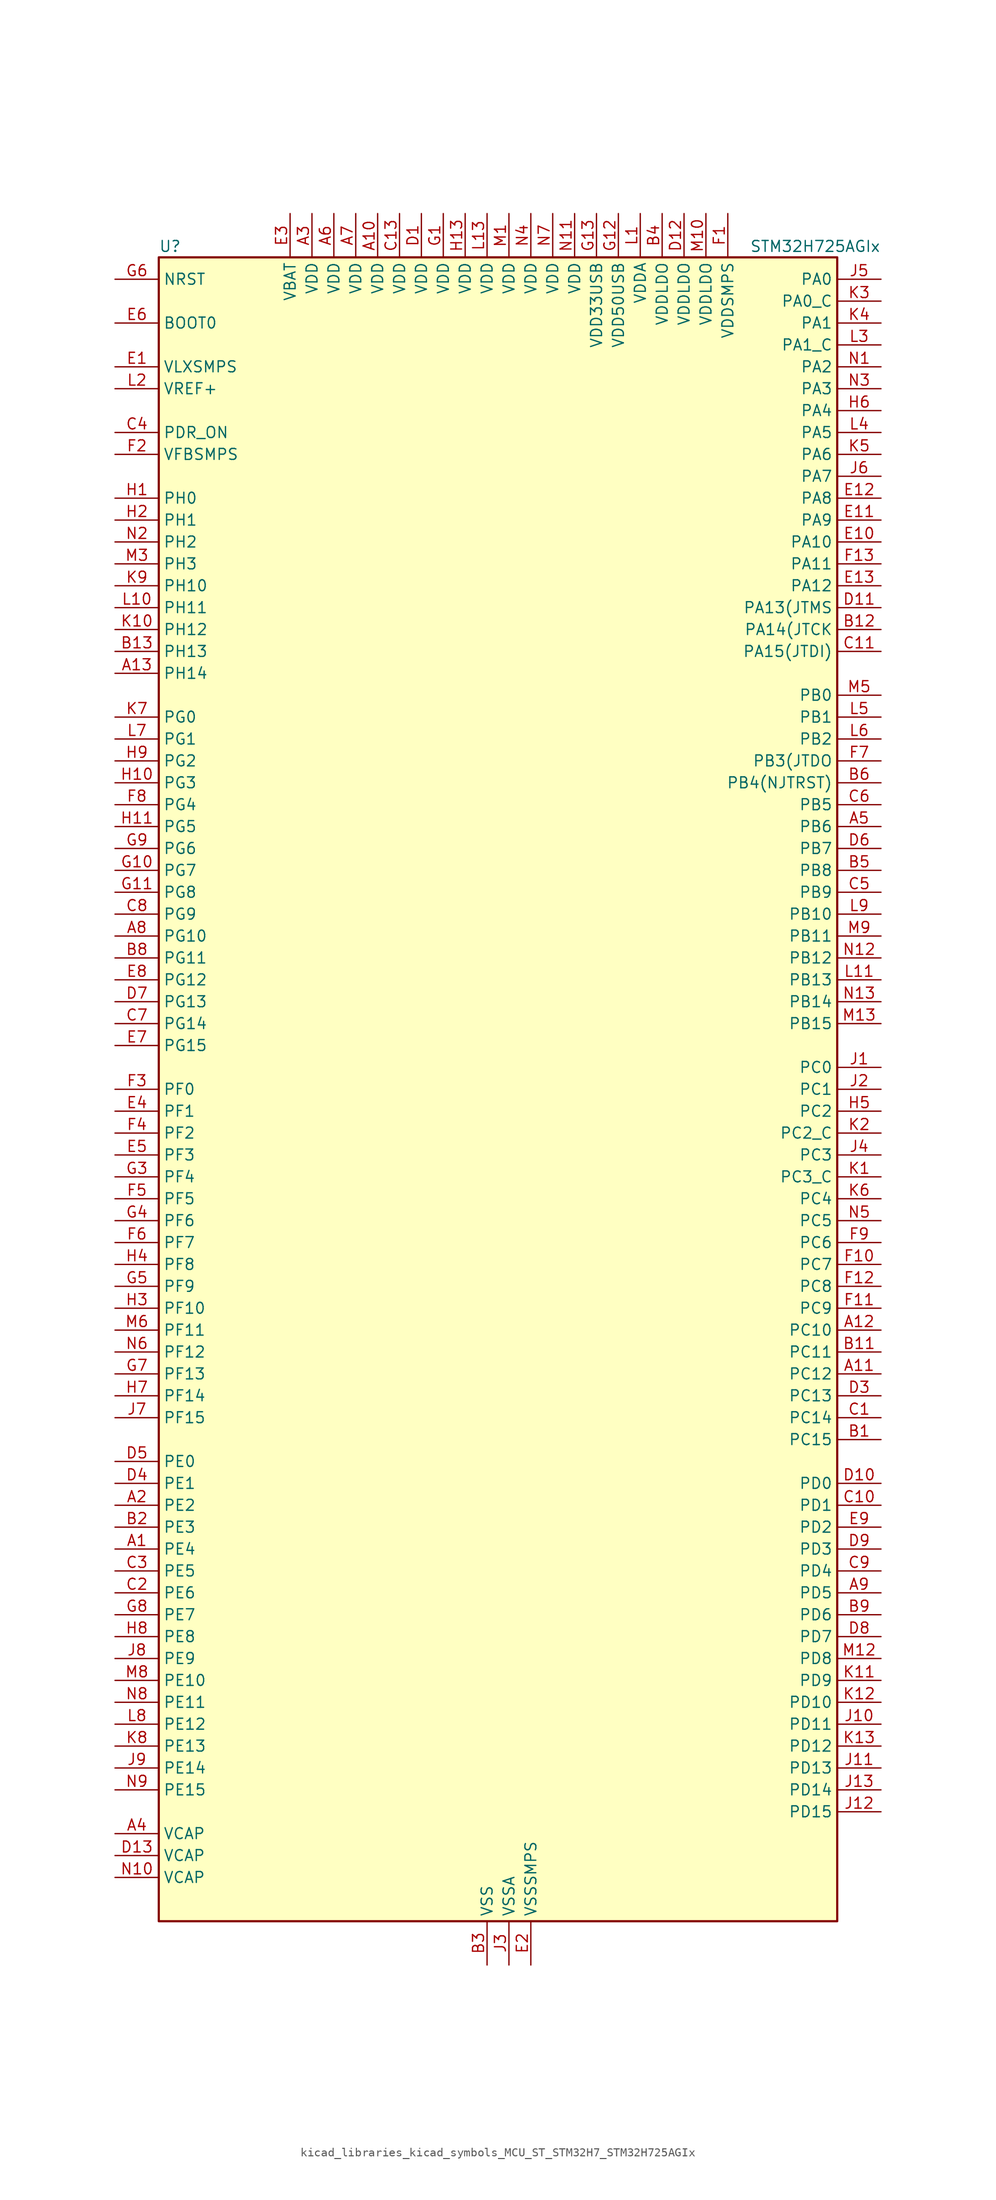
<source format=kicad_sym>
(kicad_symbol_lib
  (version 20220914)
  (generator kicad_symbol_editor)
  (symbol "kicad_libraries_kicad_symbols_MCU_ST_STM32H7_STM32H725AGIx"
    (property "Reference" "U"
      (at -38.1 97.79 0)
      (effects (font (size 1.27 1.27)) (justify left)))
    (property "Value" "STM32H725AGIx"
      (at 30.48 97.79 0)
      (effects (font (size 1.27 1.27)) (justify left)))
    (property "ki_locked" ""
      (at 0 0 0)
      (effects (font (size 1.27 1.27))))
    (symbol "kicad_libraries_kicad_symbols_MCU_ST_STM32H7_STM32H725AGIx_0_1"
      (rectangle (start -38.1 -96.52) (end 40.64 96.52) (stroke (width 0.254) (type default)) (fill (type background))))
    (symbol "kicad_libraries_kicad_symbols_MCU_ST_STM32H7_STM32H725AGIx_1_1"
      (pin bidirectional line (at -43.18 -53.34 0) (length 5.08) (name "PE4" (effects (font (size 1.27 1.27)))) (number "A1" (effects (font (size 1.27 1.27)))) (alternate "DCMI_D4" bidirectional line) (alternate "DEBUG_TRACED1" bidirectional line) (alternate "DFSDM1_DATIN3" bidirectional line) (alternate "FMC_A20" bidirectional line) (alternate "LTDC_B0" bidirectional line) (alternate "PSSI_D4" bidirectional line) (alternate "SAI1_D2" bidirectional line) (alternate "SAI1_FS_A" bidirectional line) (alternate "SAI4_D2" bidirectional line) (alternate "SAI4_FS_A" bidirectional line) (alternate "SPI4_NSS" bidirectional line) (alternate "TIM15_CH1N" bidirectional line))
      (pin power_in line (at -12.7 101.6 270) (length 5.08) (name "VDD" (effects (font (size 1.27 1.27)))) (number "A10" (effects (font (size 1.27 1.27)))))
      (pin bidirectional line (at 45.72 -33.02 180) (length 5.08) (name "PC12" (effects (font (size 1.27 1.27)))) (number "A11" (effects (font (size 1.27 1.27)))) (alternate "DCMI_D9" bidirectional line) (alternate "DEBUG_TRACED3" bidirectional line) (alternate "FMC_D6" bidirectional line) (alternate "FMC_DA6" bidirectional line) (alternate "I2C5_SMBA" bidirectional line) (alternate "I2S3_SDO" bidirectional line) (alternate "I2S6_CK" bidirectional line) (alternate "LTDC_R6" bidirectional line) (alternate "PSSI_D9" bidirectional line) (alternate "SDMMC1_CK" bidirectional line) (alternate "SPI3_MOSI" bidirectional line) (alternate "SPI6_SCK" bidirectional line) (alternate "TIM15_CH1" bidirectional line) (alternate "UART5_TX" bidirectional line) (alternate "USART3_CK" bidirectional line))
      (pin bidirectional line (at 45.72 -27.94 180) (length 5.08) (name "PC10" (effects (font (size 1.27 1.27)))) (number "A12" (effects (font (size 1.27 1.27)))) (alternate "DCMI_D8" bidirectional line) (alternate "DFSDM1_CKIN5" bidirectional line) (alternate "I2C5_SDA" bidirectional line) (alternate "I2S3_CK" bidirectional line) (alternate "LTDC_B1" bidirectional line) (alternate "LTDC_R2" bidirectional line) (alternate "OCTOSPIM_P1_IO1" bidirectional line) (alternate "PSSI_D8" bidirectional line) (alternate "SDMMC1_D2" bidirectional line) (alternate "SPI3_SCK" bidirectional line) (alternate "SWPMI1_RX" bidirectional line) (alternate "UART4_TX" bidirectional line) (alternate "USART3_TX" bidirectional line))
      (pin bidirectional line (at -43.18 48.26 0) (length 5.08) (name "PH14" (effects (font (size 1.27 1.27)))) (number "A13" (effects (font (size 1.27 1.27)))) (alternate "DCMI_D4" bidirectional line) (alternate "FDCAN1_RX" bidirectional line) (alternate "FMC_D22" bidirectional line) (alternate "LTDC_G3" bidirectional line) (alternate "PSSI_D4" bidirectional line) (alternate "TIM8_CH2N" bidirectional line) (alternate "UART4_RX" bidirectional line))
      (pin bidirectional line (at -43.18 -48.26 0) (length 5.08) (name "PE2" (effects (font (size 1.27 1.27)))) (number "A2" (effects (font (size 1.27 1.27)))) (alternate "DEBUG_TRACECLK" bidirectional line) (alternate "ETH_TXD3" bidirectional line) (alternate "FMC_A23" bidirectional line) (alternate "OCTOSPIM_P1_IO2" bidirectional line) (alternate "SAI1_CK1" bidirectional line) (alternate "SAI1_MCLK_A" bidirectional line) (alternate "SAI4_CK1" bidirectional line) (alternate "SAI4_MCLK_A" bidirectional line) (alternate "SPI4_SCK" bidirectional line) (alternate "USART10_RX" bidirectional line))
      (pin power_in line (at -20.32 101.6 270) (length 5.08) (name "VDD" (effects (font (size 1.27 1.27)))) (number "A3" (effects (font (size 1.27 1.27)))))
      (pin power_out line (at -43.18 -86.36 0) (length 5.08) (name "VCAP" (effects (font (size 1.27 1.27)))) (number "A4" (effects (font (size 1.27 1.27)))))
      (pin bidirectional line (at 45.72 30.48 180) (length 5.08) (name "PB6" (effects (font (size 1.27 1.27)))) (number "A5" (effects (font (size 1.27 1.27)))) (alternate "CEC" bidirectional line) (alternate "DCMI_D5" bidirectional line) (alternate "DFSDM1_DATIN5" bidirectional line) (alternate "FDCAN2_TX" bidirectional line) (alternate "FMC_SDNE1" bidirectional line) (alternate "I2C1_SCL" bidirectional line) (alternate "I2C4_SCL" bidirectional line) (alternate "LPUART1_TX" bidirectional line) (alternate "OCTOSPIM_P1_NCS" bidirectional line) (alternate "PSSI_D5" bidirectional line) (alternate "TIM16_CH1N" bidirectional line) (alternate "TIM4_CH1" bidirectional line) (alternate "UART5_TX" bidirectional line) (alternate "USART1_TX" bidirectional line))
      (pin power_in line (at -17.78 101.6 270) (length 5.08) (name "VDD" (effects (font (size 1.27 1.27)))) (number "A6" (effects (font (size 1.27 1.27)))))
      (pin power_in line (at -15.24 101.6 270) (length 5.08) (name "VDD" (effects (font (size 1.27 1.27)))) (number "A7" (effects (font (size 1.27 1.27)))))
      (pin bidirectional line (at -43.18 17.78 0) (length 5.08) (name "PG10" (effects (font (size 1.27 1.27)))) (number "A8" (effects (font (size 1.27 1.27)))) (alternate "DCMI_D2" bidirectional line) (alternate "FDCAN3_RX" bidirectional line) (alternate "FMC_NE3" bidirectional line) (alternate "I2S1_WS" bidirectional line) (alternate "LTDC_B2" bidirectional line) (alternate "LTDC_G3" bidirectional line) (alternate "OCTOSPIM_P2_IO6" bidirectional line) (alternate "PSSI_D2" bidirectional line) (alternate "SAI4_SD_B" bidirectional line) (alternate "SDMMC2_D1" bidirectional line) (alternate "SPI1_NSS" bidirectional line))
      (pin bidirectional line (at 45.72 -58.42 180) (length 5.08) (name "PD5" (effects (font (size 1.27 1.27)))) (number "A9" (effects (font (size 1.27 1.27)))) (alternate "FMC_NWE" bidirectional line) (alternate "OCTOSPIM_P1_IO5" bidirectional line) (alternate "USART2_TX" bidirectional line))
      (pin bidirectional line (at 45.72 -40.64 180) (length 5.08) (name "PC15" (effects (font (size 1.27 1.27)))) (number "B1" (effects (font (size 1.27 1.27)))) (alternate "ADC1_EXTI15" bidirectional line) (alternate "ADC2_EXTI15" bidirectional line) (alternate "ADC3_EXTI15" bidirectional line) (alternate "RCC_OSC32_OUT" bidirectional line))
      (pin passive line (at 0 -101.6 90) (length 5.08) hide (name "VSS" (effects (font (size 1.27 1.27)))) (number "B10" (effects (font (size 1.27 1.27)))))
      (pin bidirectional line (at 45.72 -30.48 180) (length 5.08) (name "PC11" (effects (font (size 1.27 1.27)))) (number "B11" (effects (font (size 1.27 1.27)))) (alternate "ADC1_EXTI11" bidirectional line) (alternate "ADC2_EXTI11" bidirectional line) (alternate "ADC3_EXTI11" bidirectional line) (alternate "DCMI_D4" bidirectional line) (alternate "DFSDM1_DATIN5" bidirectional line) (alternate "I2C5_SCL" bidirectional line) (alternate "I2S3_SDI" bidirectional line) (alternate "LTDC_B4" bidirectional line) (alternate "OCTOSPIM_P1_NCS" bidirectional line) (alternate "PSSI_D4" bidirectional line) (alternate "SDMMC1_D3" bidirectional line) (alternate "SPI3_MISO" bidirectional line) (alternate "UART4_RX" bidirectional line) (alternate "USART3_RX" bidirectional line))
      (pin bidirectional line (at 45.72 53.34 180) (length 5.08) (name "PA14(JTCK" (effects (font (size 1.27 1.27)))) (number "B12" (effects (font (size 1.27 1.27)))) (alternate "DEBUG_JTCK-SWCLK" bidirectional line))
      (pin bidirectional line (at -43.18 50.8 0) (length 5.08) (name "PH13" (effects (font (size 1.27 1.27)))) (number "B13" (effects (font (size 1.27 1.27)))) (alternate "FDCAN1_TX" bidirectional line) (alternate "FMC_D21" bidirectional line) (alternate "LTDC_G2" bidirectional line) (alternate "TIM8_CH1N" bidirectional line) (alternate "UART4_TX" bidirectional line))
      (pin bidirectional line (at -43.18 -50.8 0) (length 5.08) (name "PE3" (effects (font (size 1.27 1.27)))) (number "B2" (effects (font (size 1.27 1.27)))) (alternate "DEBUG_TRACED0" bidirectional line) (alternate "FMC_A19" bidirectional line) (alternate "SAI1_SD_B" bidirectional line) (alternate "SAI4_SD_B" bidirectional line) (alternate "TIM15_BKIN" bidirectional line) (alternate "USART10_TX" bidirectional line))
      (pin power_in line (at 0 -101.6 90) (length 5.08) (name "VSS" (effects (font (size 1.27 1.27)))) (number "B3" (effects (font (size 1.27 1.27)))))
      (pin power_in line (at 20.32 101.6 270) (length 5.08) (name "VDDLDO" (effects (font (size 1.27 1.27)))) (number "B4" (effects (font (size 1.27 1.27)))))
      (pin bidirectional line (at 45.72 25.4 180) (length 5.08) (name "PB8" (effects (font (size 1.27 1.27)))) (number "B5" (effects (font (size 1.27 1.27)))) (alternate "DCMI_D6" bidirectional line) (alternate "DFSDM1_CKIN7" bidirectional line) (alternate "ETH_TXD3" bidirectional line) (alternate "FDCAN1_RX" bidirectional line) (alternate "I2C1_SCL" bidirectional line) (alternate "I2C4_SCL" bidirectional line) (alternate "LTDC_B6" bidirectional line) (alternate "PSSI_D6" bidirectional line) (alternate "SDMMC1_CKIN" bidirectional line) (alternate "SDMMC1_D4" bidirectional line) (alternate "SDMMC2_D4" bidirectional line) (alternate "TIM16_CH1" bidirectional line) (alternate "TIM4_CH3" bidirectional line) (alternate "UART4_RX" bidirectional line))
      (pin bidirectional line (at 45.72 35.56 180) (length 5.08) (name "PB4(NJTRST)" (effects (font (size 1.27 1.27)))) (number "B6" (effects (font (size 1.27 1.27)))) (alternate "DEBUG_JTRST" bidirectional line) (alternate "I2S1_SDI" bidirectional line) (alternate "I2S2_WS" bidirectional line) (alternate "I2S3_SDI" bidirectional line) (alternate "I2S6_SDI" bidirectional line) (alternate "SDMMC2_D3" bidirectional line) (alternate "SPI1_MISO" bidirectional line) (alternate "SPI2_NSS" bidirectional line) (alternate "SPI3_MISO" bidirectional line) (alternate "SPI6_MISO" bidirectional line) (alternate "TIM16_BKIN" bidirectional line) (alternate "TIM3_CH1" bidirectional line) (alternate "UART7_TX" bidirectional line))
      (pin passive line (at 0 -101.6 90) (length 5.08) hide (name "VSS" (effects (font (size 1.27 1.27)))) (number "B7" (effects (font (size 1.27 1.27)))))
      (pin bidirectional line (at -43.18 15.24 0) (length 5.08) (name "PG11" (effects (font (size 1.27 1.27)))) (number "B8" (effects (font (size 1.27 1.27)))) (alternate "ADC1_EXTI11" bidirectional line) (alternate "ADC2_EXTI11" bidirectional line) (alternate "ADC3_EXTI11" bidirectional line) (alternate "DCMI_D3" bidirectional line) (alternate "ETH_TX_EN" bidirectional line) (alternate "I2S1_CK" bidirectional line) (alternate "LPTIM1_IN2" bidirectional line) (alternate "LTDC_B3" bidirectional line) (alternate "OCTOSPIM_P2_IO7" bidirectional line) (alternate "PSSI_D3" bidirectional line) (alternate "SDMMC2_D2" bidirectional line) (alternate "SPDIFRX1_IN0" bidirectional line) (alternate "SPI1_SCK" bidirectional line) (alternate "USART10_RX" bidirectional line))
      (pin bidirectional line (at 45.72 -60.96 180) (length 5.08) (name "PD6" (effects (font (size 1.27 1.27)))) (number "B9" (effects (font (size 1.27 1.27)))) (alternate "DCMI_D10" bidirectional line) (alternate "DFSDM1_CKIN4" bidirectional line) (alternate "DFSDM1_DATIN1" bidirectional line) (alternate "FMC_NWAIT" bidirectional line) (alternate "I2S3_SDO" bidirectional line) (alternate "LTDC_B2" bidirectional line) (alternate "OCTOSPIM_P1_IO6" bidirectional line) (alternate "PSSI_D10" bidirectional line) (alternate "SAI1_D1" bidirectional line) (alternate "SAI1_SD_A" bidirectional line) (alternate "SAI4_D1" bidirectional line) (alternate "SAI4_SD_A" bidirectional line) (alternate "SDMMC2_CK" bidirectional line) (alternate "SPI3_MOSI" bidirectional line) (alternate "USART2_RX" bidirectional line))
      (pin bidirectional line (at 45.72 -38.1 180) (length 5.08) (name "PC14" (effects (font (size 1.27 1.27)))) (number "C1" (effects (font (size 1.27 1.27)))) (alternate "RCC_OSC32_IN" bidirectional line))
      (pin bidirectional line (at 45.72 -48.26 180) (length 5.08) (name "PD1" (effects (font (size 1.27 1.27)))) (number "C10" (effects (font (size 1.27 1.27)))) (alternate "DFSDM1_DATIN6" bidirectional line) (alternate "FDCAN1_TX" bidirectional line) (alternate "FMC_D3" bidirectional line) (alternate "FMC_DA3" bidirectional line) (alternate "UART4_TX" bidirectional line))
      (pin bidirectional line (at 45.72 50.8 180) (length 5.08) (name "PA15(JTDI)" (effects (font (size 1.27 1.27)))) (number "C11" (effects (font (size 1.27 1.27)))) (alternate "ADC1_EXTI15" bidirectional line) (alternate "ADC2_EXTI15" bidirectional line) (alternate "ADC3_EXTI15" bidirectional line) (alternate "CEC" bidirectional line) (alternate "DEBUG_JTDI" bidirectional line) (alternate "I2S1_WS" bidirectional line) (alternate "I2S3_WS" bidirectional line) (alternate "I2S6_WS" bidirectional line) (alternate "LTDC_B6" bidirectional line) (alternate "LTDC_R3" bidirectional line) (alternate "SPI1_NSS" bidirectional line) (alternate "SPI3_NSS" bidirectional line) (alternate "SPI6_NSS" bidirectional line) (alternate "TIM2_CH1" bidirectional line) (alternate "TIM2_ETR" bidirectional line) (alternate "UART4_DE" bidirectional line) (alternate "UART4_RTS" bidirectional line) (alternate "UART7_TX" bidirectional line))
      (pin passive line (at 0 -101.6 90) (length 5.08) hide (name "VSS" (effects (font (size 1.27 1.27)))) (number "C12" (effects (font (size 1.27 1.27)))))
      (pin power_in line (at -10.16 101.6 270) (length 5.08) (name "VDD" (effects (font (size 1.27 1.27)))) (number "C13" (effects (font (size 1.27 1.27)))))
      (pin bidirectional line (at -43.18 -58.42 0) (length 5.08) (name "PE6" (effects (font (size 1.27 1.27)))) (number "C2" (effects (font (size 1.27 1.27)))) (alternate "DCMI_D7" bidirectional line) (alternate "DEBUG_TRACED3" bidirectional line) (alternate "FMC_A22" bidirectional line) (alternate "LTDC_G1" bidirectional line) (alternate "PSSI_D7" bidirectional line) (alternate "SAI1_D1" bidirectional line) (alternate "SAI1_SD_A" bidirectional line) (alternate "SAI4_D1" bidirectional line) (alternate "SAI4_MCLK_B" bidirectional line) (alternate "SAI4_SD_A" bidirectional line) (alternate "SPI4_MOSI" bidirectional line) (alternate "TIM15_CH2" bidirectional line) (alternate "TIM1_BKIN2" bidirectional line) (alternate "TIM1_BKIN2_COMP1" bidirectional line) (alternate "TIM1_BKIN2_COMP2" bidirectional line))
      (pin bidirectional line (at -43.18 -55.88 0) (length 5.08) (name "PE5" (effects (font (size 1.27 1.27)))) (number "C3" (effects (font (size 1.27 1.27)))) (alternate "DCMI_D6" bidirectional line) (alternate "DEBUG_TRACED2" bidirectional line) (alternate "DFSDM1_CKIN3" bidirectional line) (alternate "FMC_A21" bidirectional line) (alternate "LTDC_G0" bidirectional line) (alternate "PSSI_D6" bidirectional line) (alternate "SAI1_CK2" bidirectional line) (alternate "SAI1_SCK_A" bidirectional line) (alternate "SAI4_CK2" bidirectional line) (alternate "SAI4_SCK_A" bidirectional line) (alternate "SPI4_MISO" bidirectional line) (alternate "TIM15_CH1" bidirectional line))
      (pin input line (at -43.18 76.2 0) (length 5.08) (name "PDR_ON" (effects (font (size 1.27 1.27)))) (number "C4" (effects (font (size 1.27 1.27)))))
      (pin bidirectional line (at 45.72 22.86 180) (length 5.08) (name "PB9" (effects (font (size 1.27 1.27)))) (number "C5" (effects (font (size 1.27 1.27)))) (alternate "DAC1_EXTI9" bidirectional line) (alternate "DCMI_D7" bidirectional line) (alternate "DFSDM1_DATIN7" bidirectional line) (alternate "FDCAN1_TX" bidirectional line) (alternate "I2C1_SDA" bidirectional line) (alternate "I2C4_SDA" bidirectional line) (alternate "I2C4_SMBA" bidirectional line) (alternate "I2S2_WS" bidirectional line) (alternate "LTDC_B7" bidirectional line) (alternate "PSSI_D7" bidirectional line) (alternate "SDMMC1_CDIR" bidirectional line) (alternate "SDMMC1_D5" bidirectional line) (alternate "SDMMC2_D5" bidirectional line) (alternate "SPI2_NSS" bidirectional line) (alternate "TIM17_CH1" bidirectional line) (alternate "TIM4_CH4" bidirectional line) (alternate "UART4_TX" bidirectional line))
      (pin bidirectional line (at 45.72 33.02 180) (length 5.08) (name "PB5" (effects (font (size 1.27 1.27)))) (number "C6" (effects (font (size 1.27 1.27)))) (alternate "DCMI_D10" bidirectional line) (alternate "ETH_PPS_OUT" bidirectional line) (alternate "FDCAN2_RX" bidirectional line) (alternate "FMC_SDCKE1" bidirectional line) (alternate "I2C1_SMBA" bidirectional line) (alternate "I2C4_SMBA" bidirectional line) (alternate "I2S1_SDO" bidirectional line) (alternate "I2S3_SDO" bidirectional line) (alternate "I2S6_SDO" bidirectional line) (alternate "LTDC_B5" bidirectional line) (alternate "PSSI_D10" bidirectional line) (alternate "SPI1_MOSI" bidirectional line) (alternate "SPI3_MOSI" bidirectional line) (alternate "SPI6_MOSI" bidirectional line) (alternate "TIM17_BKIN" bidirectional line) (alternate "TIM3_CH2" bidirectional line) (alternate "UART5_RX" bidirectional line) (alternate "USB_OTG_HS_ULPI_D7" bidirectional line))
      (pin bidirectional line (at -43.18 7.62 0) (length 5.08) (name "PG14" (effects (font (size 1.27 1.27)))) (number "C7" (effects (font (size 1.27 1.27)))) (alternate "DEBUG_TRACED1" bidirectional line) (alternate "ETH_TXD1" bidirectional line) (alternate "FMC_A25" bidirectional line) (alternate "I2S6_SDO" bidirectional line) (alternate "LPTIM1_ETR" bidirectional line) (alternate "LTDC_B0" bidirectional line) (alternate "OCTOSPIM_P1_IO7" bidirectional line) (alternate "SDMMC2_D7" bidirectional line) (alternate "SPI6_MOSI" bidirectional line) (alternate "TIM23_CH3" bidirectional line) (alternate "USART10_DE" bidirectional line) (alternate "USART10_RTS" bidirectional line) (alternate "USART6_TX" bidirectional line))
      (pin bidirectional line (at -43.18 20.32 0) (length 5.08) (name "PG9" (effects (font (size 1.27 1.27)))) (number "C8" (effects (font (size 1.27 1.27)))) (alternate "DAC1_EXTI9" bidirectional line) (alternate "DCMI_VSYNC" bidirectional line) (alternate "FDCAN3_TX" bidirectional line) (alternate "FMC_NCE" bidirectional line) (alternate "FMC_NE2" bidirectional line) (alternate "I2S1_SDI" bidirectional line) (alternate "OCTOSPIM_P1_IO6" bidirectional line) (alternate "PSSI_RDY" bidirectional line) (alternate "SAI4_FS_B" bidirectional line) (alternate "SDMMC2_D0" bidirectional line) (alternate "SPDIFRX1_IN3" bidirectional line) (alternate "SPI1_MISO" bidirectional line) (alternate "USART6_RX" bidirectional line))
      (pin bidirectional line (at 45.72 -55.88 180) (length 5.08) (name "PD4" (effects (font (size 1.27 1.27)))) (number "C9" (effects (font (size 1.27 1.27)))) (alternate "FMC_NOE" bidirectional line) (alternate "OCTOSPIM_P1_IO4" bidirectional line) (alternate "USART2_DE" bidirectional line) (alternate "USART2_RTS" bidirectional line))
      (pin power_in line (at -7.62 101.6 270) (length 5.08) (name "VDD" (effects (font (size 1.27 1.27)))) (number "D1" (effects (font (size 1.27 1.27)))))
      (pin bidirectional line (at 45.72 -45.72 180) (length 5.08) (name "PD0" (effects (font (size 1.27 1.27)))) (number "D10" (effects (font (size 1.27 1.27)))) (alternate "DFSDM1_CKIN6" bidirectional line) (alternate "FDCAN1_RX" bidirectional line) (alternate "FMC_D2" bidirectional line) (alternate "FMC_DA2" bidirectional line) (alternate "LTDC_B1" bidirectional line) (alternate "UART4_RX" bidirectional line) (alternate "UART9_CTS" bidirectional line))
      (pin bidirectional line (at 45.72 55.88 180) (length 5.08) (name "PA13(JTMS" (effects (font (size 1.27 1.27)))) (number "D11" (effects (font (size 1.27 1.27)))) (alternate "DEBUG_JTMS-SWDIO" bidirectional line))
      (pin power_in line (at 22.86 101.6 270) (length 5.08) (name "VDDLDO" (effects (font (size 1.27 1.27)))) (number "D12" (effects (font (size 1.27 1.27)))))
      (pin power_out line (at -43.18 -88.9 0) (length 5.08) (name "VCAP" (effects (font (size 1.27 1.27)))) (number "D13" (effects (font (size 1.27 1.27)))))
      (pin passive line (at 0 -101.6 90) (length 5.08) hide (name "VSS" (effects (font (size 1.27 1.27)))) (number "D2" (effects (font (size 1.27 1.27)))))
      (pin bidirectional line (at 45.72 -35.56 180) (length 5.08) (name "PC13" (effects (font (size 1.27 1.27)))) (number "D3" (effects (font (size 1.27 1.27)))) (alternate "PWR_WKUP4" bidirectional line) (alternate "RTC_OUT_ALARM" bidirectional line) (alternate "RTC_OUT_CALIB" bidirectional line) (alternate "RTC_TAMP1" bidirectional line) (alternate "RTC_TS" bidirectional line))
      (pin bidirectional line (at -43.18 -45.72 0) (length 5.08) (name "PE1" (effects (font (size 1.27 1.27)))) (number "D4" (effects (font (size 1.27 1.27)))) (alternate "DCMI_D3" bidirectional line) (alternate "FMC_NBL1" bidirectional line) (alternate "LPTIM1_IN2" bidirectional line) (alternate "LTDC_R6" bidirectional line) (alternate "PSSI_D3" bidirectional line) (alternate "UART8_TX" bidirectional line))
      (pin bidirectional line (at -43.18 -43.18 0) (length 5.08) (name "PE0" (effects (font (size 1.27 1.27)))) (number "D5" (effects (font (size 1.27 1.27)))) (alternate "DCMI_D2" bidirectional line) (alternate "FMC_NBL0" bidirectional line) (alternate "LPTIM1_ETR" bidirectional line) (alternate "LPTIM2_ETR" bidirectional line) (alternate "LTDC_R0" bidirectional line) (alternate "PSSI_D2" bidirectional line) (alternate "SAI4_MCLK_A" bidirectional line) (alternate "TIM4_ETR" bidirectional line) (alternate "UART8_RX" bidirectional line))
      (pin bidirectional line (at 45.72 27.94 180) (length 5.08) (name "PB7" (effects (font (size 1.27 1.27)))) (number "D6" (effects (font (size 1.27 1.27)))) (alternate "DCMI_VSYNC" bidirectional line) (alternate "DFSDM1_CKIN5" bidirectional line) (alternate "FMC_NL" bidirectional line) (alternate "I2C1_SDA" bidirectional line) (alternate "I2C4_SDA" bidirectional line) (alternate "LPUART1_RX" bidirectional line) (alternate "PSSI_RDY" bidirectional line) (alternate "PWR_PVD_IN" bidirectional line) (alternate "TIM17_CH1N" bidirectional line) (alternate "TIM4_CH2" bidirectional line) (alternate "USART1_RX" bidirectional line))
      (pin bidirectional line (at -43.18 10.16 0) (length 5.08) (name "PG13" (effects (font (size 1.27 1.27)))) (number "D7" (effects (font (size 1.27 1.27)))) (alternate "DEBUG_TRACED0" bidirectional line) (alternate "ETH_TXD0" bidirectional line) (alternate "FMC_A24" bidirectional line) (alternate "I2S6_CK" bidirectional line) (alternate "LPTIM1_OUT" bidirectional line) (alternate "LTDC_R0" bidirectional line) (alternate "SDMMC2_D6" bidirectional line) (alternate "SPI6_SCK" bidirectional line) (alternate "TIM23_CH2" bidirectional line) (alternate "USART10_CTS" bidirectional line) (alternate "USART10_NSS" bidirectional line) (alternate "USART6_CTS" bidirectional line) (alternate "USART6_NSS" bidirectional line))
      (pin bidirectional line (at 45.72 -63.5 180) (length 5.08) (name "PD7" (effects (font (size 1.27 1.27)))) (number "D8" (effects (font (size 1.27 1.27)))) (alternate "DFSDM1_CKIN1" bidirectional line) (alternate "DFSDM1_DATIN4" bidirectional line) (alternate "FMC_NE1" bidirectional line) (alternate "I2S1_SDO" bidirectional line) (alternate "OCTOSPIM_P1_IO7" bidirectional line) (alternate "SDMMC2_CMD" bidirectional line) (alternate "SPDIFRX1_IN0" bidirectional line) (alternate "SPI1_MOSI" bidirectional line) (alternate "USART2_CK" bidirectional line))
      (pin bidirectional line (at 45.72 -53.34 180) (length 5.08) (name "PD3" (effects (font (size 1.27 1.27)))) (number "D9" (effects (font (size 1.27 1.27)))) (alternate "DCMI_D5" bidirectional line) (alternate "DFSDM1_CKOUT" bidirectional line) (alternate "FMC_CLK" bidirectional line) (alternate "I2S2_CK" bidirectional line) (alternate "LTDC_G7" bidirectional line) (alternate "PSSI_D5" bidirectional line) (alternate "SPI2_SCK" bidirectional line) (alternate "USART2_CTS" bidirectional line) (alternate "USART2_NSS" bidirectional line))
      (pin power_in line (at -43.18 83.82 0) (length 5.08) (name "VLXSMPS" (effects (font (size 1.27 1.27)))) (number "E1" (effects (font (size 1.27 1.27)))))
      (pin bidirectional line (at 45.72 63.5 180) (length 5.08) (name "PA10" (effects (font (size 1.27 1.27)))) (number "E10" (effects (font (size 1.27 1.27)))) (alternate "DCMI_D1" bidirectional line) (alternate "LPUART1_RX" bidirectional line) (alternate "LTDC_B1" bidirectional line) (alternate "LTDC_B4" bidirectional line) (alternate "MDIOS_MDIO" bidirectional line) (alternate "PSSI_D1" bidirectional line) (alternate "TIM1_CH3" bidirectional line) (alternate "USART1_RX" bidirectional line) (alternate "USB_OTG_HS_ID" bidirectional line))
      (pin bidirectional line (at 45.72 66.04 180) (length 5.08) (name "PA9" (effects (font (size 1.27 1.27)))) (number "E11" (effects (font (size 1.27 1.27)))) (alternate "DAC1_EXTI9" bidirectional line) (alternate "DCMI_D0" bidirectional line) (alternate "ETH_TX_ER" bidirectional line) (alternate "I2C3_SMBA" bidirectional line) (alternate "I2C5_SMBA" bidirectional line) (alternate "I2S2_CK" bidirectional line) (alternate "LPUART1_TX" bidirectional line) (alternate "LTDC_R5" bidirectional line) (alternate "PSSI_D0" bidirectional line) (alternate "SPI2_SCK" bidirectional line) (alternate "TIM1_CH2" bidirectional line) (alternate "USART1_TX" bidirectional line) (alternate "USB_OTG_HS_VBUS" bidirectional line))
      (pin bidirectional line (at 45.72 68.58 180) (length 5.08) (name "PA8" (effects (font (size 1.27 1.27)))) (number "E12" (effects (font (size 1.27 1.27)))) (alternate "I2C3_SCL" bidirectional line) (alternate "I2C5_SCL" bidirectional line) (alternate "LTDC_B3" bidirectional line) (alternate "LTDC_R6" bidirectional line) (alternate "RCC_MCO_1" bidirectional line) (alternate "TIM1_CH1" bidirectional line) (alternate "TIM8_BKIN2" bidirectional line) (alternate "TIM8_BKIN2_COMP1" bidirectional line) (alternate "TIM8_BKIN2_COMP2" bidirectional line) (alternate "UART7_RX" bidirectional line) (alternate "USART1_CK" bidirectional line) (alternate "USB_OTG_HS_SOF" bidirectional line))
      (pin bidirectional line (at 45.72 58.42 180) (length 5.08) (name "PA12" (effects (font (size 1.27 1.27)))) (number "E13" (effects (font (size 1.27 1.27)))) (alternate "FDCAN1_TX" bidirectional line) (alternate "I2S2_CK" bidirectional line) (alternate "LPUART1_DE" bidirectional line) (alternate "LPUART1_RTS" bidirectional line) (alternate "LTDC_R5" bidirectional line) (alternate "SAI4_FS_B" bidirectional line) (alternate "SPI2_SCK" bidirectional line) (alternate "TIM1_BKIN2" bidirectional line) (alternate "TIM1_ETR" bidirectional line) (alternate "UART4_TX" bidirectional line) (alternate "USART1_DE" bidirectional line) (alternate "USART1_RTS" bidirectional line) (alternate "USB_OTG_HS_DP" bidirectional line))
      (pin power_in line (at 5.08 -101.6 90) (length 5.08) (name "VSSSMPS" (effects (font (size 1.27 1.27)))) (number "E2" (effects (font (size 1.27 1.27)))))
      (pin power_in line (at -22.86 101.6 270) (length 5.08) (name "VBAT" (effects (font (size 1.27 1.27)))) (number "E3" (effects (font (size 1.27 1.27)))))
      (pin bidirectional line (at -43.18 -2.54 0) (length 5.08) (name "PF1" (effects (font (size 1.27 1.27)))) (number "E4" (effects (font (size 1.27 1.27)))) (alternate "FMC_A1" bidirectional line) (alternate "I2C2_SCL" bidirectional line) (alternate "I2C5_SCL" bidirectional line) (alternate "OCTOSPIM_P2_IO1" bidirectional line) (alternate "TIM23_CH2" bidirectional line))
      (pin bidirectional line (at -43.18 -7.62 0) (length 5.08) (name "PF3" (effects (font (size 1.27 1.27)))) (number "E5" (effects (font (size 1.27 1.27)))) (alternate "ADC3_INP5" bidirectional line) (alternate "FMC_A3" bidirectional line) (alternate "OCTOSPIM_P2_IO3" bidirectional line) (alternate "TIM23_CH4" bidirectional line))
      (pin input line (at -43.18 88.9 0) (length 5.08) (name "BOOT0" (effects (font (size 1.27 1.27)))) (number "E6" (effects (font (size 1.27 1.27)))))
      (pin bidirectional line (at -43.18 5.08 0) (length 5.08) (name "PG15" (effects (font (size 1.27 1.27)))) (number "E7" (effects (font (size 1.27 1.27)))) (alternate "ADC1_EXTI15" bidirectional line) (alternate "ADC2_EXTI15" bidirectional line) (alternate "ADC3_EXTI15" bidirectional line) (alternate "DCMI_D13" bidirectional line) (alternate "FMC_SDNCAS" bidirectional line) (alternate "OCTOSPIM_P2_DQS" bidirectional line) (alternate "PSSI_D13" bidirectional line) (alternate "USART10_CK" bidirectional line) (alternate "USART6_CTS" bidirectional line) (alternate "USART6_NSS" bidirectional line))
      (pin bidirectional line (at -43.18 12.7 0) (length 5.08) (name "PG12" (effects (font (size 1.27 1.27)))) (number "E8" (effects (font (size 1.27 1.27)))) (alternate "ETH_TXD1" bidirectional line) (alternate "FMC_NE4" bidirectional line) (alternate "I2S6_SDI" bidirectional line) (alternate "LPTIM1_IN1" bidirectional line) (alternate "LTDC_B1" bidirectional line) (alternate "LTDC_B4" bidirectional line) (alternate "OCTOSPIM_P2_NCS" bidirectional line) (alternate "SDMMC2_D3" bidirectional line) (alternate "SPDIFRX1_IN1" bidirectional line) (alternate "SPI6_MISO" bidirectional line) (alternate "TIM23_CH1" bidirectional line) (alternate "USART10_TX" bidirectional line) (alternate "USART6_DE" bidirectional line) (alternate "USART6_RTS" bidirectional line))
      (pin bidirectional line (at 45.72 -50.8 180) (length 5.08) (name "PD2" (effects (font (size 1.27 1.27)))) (number "E9" (effects (font (size 1.27 1.27)))) (alternate "DCMI_D11" bidirectional line) (alternate "DEBUG_TRACED2" bidirectional line) (alternate "FMC_D7" bidirectional line) (alternate "FMC_DA7" bidirectional line) (alternate "LTDC_B2" bidirectional line) (alternate "LTDC_B7" bidirectional line) (alternate "PSSI_D11" bidirectional line) (alternate "SDMMC1_CMD" bidirectional line) (alternate "TIM15_BKIN" bidirectional line) (alternate "TIM3_ETR" bidirectional line) (alternate "UART5_RX" bidirectional line))
      (pin power_in line (at 27.94 101.6 270) (length 5.08) (name "VDDSMPS" (effects (font (size 1.27 1.27)))) (number "F1" (effects (font (size 1.27 1.27)))))
      (pin bidirectional line (at 45.72 -20.32 180) (length 5.08) (name "PC7" (effects (font (size 1.27 1.27)))) (number "F10" (effects (font (size 1.27 1.27)))) (alternate "DCMI_D1" bidirectional line) (alternate "DEBUG_TRGIO" bidirectional line) (alternate "DFSDM1_DATIN3" bidirectional line) (alternate "FMC_NE1" bidirectional line) (alternate "I2S3_MCK" bidirectional line) (alternate "LTDC_G6" bidirectional line) (alternate "PSSI_D1" bidirectional line) (alternate "SDMMC1_D123DIR" bidirectional line) (alternate "SDMMC1_D7" bidirectional line) (alternate "SDMMC2_D7" bidirectional line) (alternate "SWPMI1_TX" bidirectional line) (alternate "TIM3_CH2" bidirectional line) (alternate "TIM8_CH2" bidirectional line) (alternate "USART6_RX" bidirectional line))
      (pin bidirectional line (at 45.72 -25.4 180) (length 5.08) (name "PC9" (effects (font (size 1.27 1.27)))) (number "F11" (effects (font (size 1.27 1.27)))) (alternate "DAC1_EXTI9" bidirectional line) (alternate "DCMI_D3" bidirectional line) (alternate "I2C3_SDA" bidirectional line) (alternate "I2C5_SDA" bidirectional line) (alternate "I2S_CKIN" bidirectional line) (alternate "LTDC_B2" bidirectional line) (alternate "LTDC_G3" bidirectional line) (alternate "OCTOSPIM_P1_IO0" bidirectional line) (alternate "PSSI_D3" bidirectional line) (alternate "RCC_MCO_2" bidirectional line) (alternate "SDMMC1_D1" bidirectional line) (alternate "SWPMI1_SUSPEND" bidirectional line) (alternate "TIM3_CH4" bidirectional line) (alternate "TIM8_CH4" bidirectional line) (alternate "UART5_CTS" bidirectional line))
      (pin bidirectional line (at 45.72 -22.86 180) (length 5.08) (name "PC8" (effects (font (size 1.27 1.27)))) (number "F12" (effects (font (size 1.27 1.27)))) (alternate "DCMI_D2" bidirectional line) (alternate "DEBUG_TRACED1" bidirectional line) (alternate "FMC_INT" bidirectional line) (alternate "FMC_NCE" bidirectional line) (alternate "FMC_NE2" bidirectional line) (alternate "PSSI_D2" bidirectional line) (alternate "SDMMC1_D0" bidirectional line) (alternate "SWPMI1_RX" bidirectional line) (alternate "TIM3_CH3" bidirectional line) (alternate "TIM8_CH3" bidirectional line) (alternate "UART5_DE" bidirectional line) (alternate "UART5_RTS" bidirectional line) (alternate "USART6_CK" bidirectional line))
      (pin bidirectional line (at 45.72 60.96 180) (length 5.08) (name "PA11" (effects (font (size 1.27 1.27)))) (number "F13" (effects (font (size 1.27 1.27)))) (alternate "ADC1_EXTI11" bidirectional line) (alternate "ADC2_EXTI11" bidirectional line) (alternate "ADC3_EXTI11" bidirectional line) (alternate "FDCAN1_RX" bidirectional line) (alternate "I2S2_WS" bidirectional line) (alternate "LPUART1_CTS" bidirectional line) (alternate "LTDC_R4" bidirectional line) (alternate "SPI2_NSS" bidirectional line) (alternate "TIM1_CH4" bidirectional line) (alternate "UART4_RX" bidirectional line) (alternate "USART1_CTS" bidirectional line) (alternate "USART1_NSS" bidirectional line) (alternate "USB_OTG_HS_DM" bidirectional line))
      (pin input line (at -43.18 73.66 0) (length 5.08) (name "VFBSMPS" (effects (font (size 1.27 1.27)))) (number "F2" (effects (font (size 1.27 1.27)))))
      (pin bidirectional line (at -43.18 0 0) (length 5.08) (name "PF0" (effects (font (size 1.27 1.27)))) (number "F3" (effects (font (size 1.27 1.27)))) (alternate "FMC_A0" bidirectional line) (alternate "I2C2_SDA" bidirectional line) (alternate "I2C5_SDA" bidirectional line) (alternate "OCTOSPIM_P2_IO0" bidirectional line) (alternate "TIM23_CH1" bidirectional line))
      (pin bidirectional line (at -43.18 -5.08 0) (length 5.08) (name "PF2" (effects (font (size 1.27 1.27)))) (number "F4" (effects (font (size 1.27 1.27)))) (alternate "FMC_A2" bidirectional line) (alternate "I2C2_SMBA" bidirectional line) (alternate "I2C5_SMBA" bidirectional line) (alternate "OCTOSPIM_P2_IO2" bidirectional line) (alternate "TIM23_CH3" bidirectional line))
      (pin bidirectional line (at -43.18 -12.7 0) (length 5.08) (name "PF5" (effects (font (size 1.27 1.27)))) (number "F5" (effects (font (size 1.27 1.27)))) (alternate "ADC3_INP4" bidirectional line) (alternate "FMC_A5" bidirectional line) (alternate "OCTOSPIM_P2_NCLK" bidirectional line))
      (pin bidirectional line (at -43.18 -17.78 0) (length 5.08) (name "PF7" (effects (font (size 1.27 1.27)))) (number "F6" (effects (font (size 1.27 1.27)))) (alternate "ADC3_INP3" bidirectional line) (alternate "FDCAN3_TX" bidirectional line) (alternate "OCTOSPIM_P1_IO2" bidirectional line) (alternate "SAI1_MCLK_B" bidirectional line) (alternate "SAI4_MCLK_B" bidirectional line) (alternate "SPI5_SCK" bidirectional line) (alternate "TIM17_CH1" bidirectional line) (alternate "TIM23_CH2" bidirectional line) (alternate "UART7_TX" bidirectional line))
      (pin bidirectional line (at 45.72 38.1 180) (length 5.08) (name "PB3(JTDO" (effects (font (size 1.27 1.27)))) (number "F7" (effects (font (size 1.27 1.27)))) (alternate "CRS_SYNC" bidirectional line) (alternate "DEBUG_JTDO-SWO" bidirectional line) (alternate "I2S1_CK" bidirectional line) (alternate "I2S3_CK" bidirectional line) (alternate "I2S6_CK" bidirectional line) (alternate "SDMMC2_D2" bidirectional line) (alternate "SPI1_SCK" bidirectional line) (alternate "SPI3_SCK" bidirectional line) (alternate "SPI6_SCK" bidirectional line) (alternate "TIM24_ETR" bidirectional line) (alternate "TIM2_CH2" bidirectional line) (alternate "UART7_RX" bidirectional line))
      (pin bidirectional line (at -43.18 33.02 0) (length 5.08) (name "PG4" (effects (font (size 1.27 1.27)))) (number "F8" (effects (font (size 1.27 1.27)))) (alternate "FMC_A14" bidirectional line) (alternate "FMC_BA0" bidirectional line) (alternate "TIM1_BKIN2" bidirectional line) (alternate "TIM1_BKIN2_COMP1" bidirectional line) (alternate "TIM1_BKIN2_COMP2" bidirectional line))
      (pin bidirectional line (at 45.72 -17.78 180) (length 5.08) (name "PC6" (effects (font (size 1.27 1.27)))) (number "F9" (effects (font (size 1.27 1.27)))) (alternate "DCMI_D0" bidirectional line) (alternate "DFSDM1_CKIN3" bidirectional line) (alternate "FMC_NWAIT" bidirectional line) (alternate "I2S2_MCK" bidirectional line) (alternate "LTDC_HSYNC" bidirectional line) (alternate "PSSI_D0" bidirectional line) (alternate "SDMMC1_D0DIR" bidirectional line) (alternate "SDMMC1_D6" bidirectional line) (alternate "SDMMC2_D6" bidirectional line) (alternate "SWPMI1_IO" bidirectional line) (alternate "TIM3_CH1" bidirectional line) (alternate "TIM8_CH1" bidirectional line) (alternate "USART6_TX" bidirectional line))
      (pin power_in line (at -5.08 101.6 270) (length 5.08) (name "VDD" (effects (font (size 1.27 1.27)))) (number "G1" (effects (font (size 1.27 1.27)))))
      (pin bidirectional line (at -43.18 25.4 0) (length 5.08) (name "PG7" (effects (font (size 1.27 1.27)))) (number "G10" (effects (font (size 1.27 1.27)))) (alternate "DCMI_D13" bidirectional line) (alternate "FMC_INT" bidirectional line) (alternate "LTDC_CLK" bidirectional line) (alternate "OCTOSPIM_P2_DQS" bidirectional line) (alternate "PSSI_D13" bidirectional line) (alternate "SAI1_MCLK_A" bidirectional line) (alternate "USART6_CK" bidirectional line))
      (pin bidirectional line (at -43.18 22.86 0) (length 5.08) (name "PG8" (effects (font (size 1.27 1.27)))) (number "G11" (effects (font (size 1.27 1.27)))) (alternate "ETH_PPS_OUT" bidirectional line) (alternate "FMC_SDCLK" bidirectional line) (alternate "I2S6_WS" bidirectional line) (alternate "LTDC_G7" bidirectional line) (alternate "SPDIFRX1_IN2" bidirectional line) (alternate "SPI6_NSS" bidirectional line) (alternate "TIM8_ETR" bidirectional line) (alternate "USART6_DE" bidirectional line) (alternate "USART6_RTS" bidirectional line))
      (pin power_in line (at 15.24 101.6 270) (length 5.08) (name "VDD50USB" (effects (font (size 1.27 1.27)))) (number "G12" (effects (font (size 1.27 1.27)))))
      (pin power_in line (at 12.7 101.6 270) (length 5.08) (name "VDD33USB" (effects (font (size 1.27 1.27)))) (number "G13" (effects (font (size 1.27 1.27)))))
      (pin passive line (at 0 -101.6 90) (length 5.08) hide (name "VSS" (effects (font (size 1.27 1.27)))) (number "G2" (effects (font (size 1.27 1.27)))))
      (pin bidirectional line (at -43.18 -10.16 0) (length 5.08) (name "PF4" (effects (font (size 1.27 1.27)))) (number "G3" (effects (font (size 1.27 1.27)))) (alternate "ADC3_INN5" bidirectional line) (alternate "ADC3_INP9" bidirectional line) (alternate "FMC_A4" bidirectional line) (alternate "OCTOSPIM_P2_CLK" bidirectional line))
      (pin bidirectional line (at -43.18 -15.24 0) (length 5.08) (name "PF6" (effects (font (size 1.27 1.27)))) (number "G4" (effects (font (size 1.27 1.27)))) (alternate "ADC3_INN4" bidirectional line) (alternate "ADC3_INP8" bidirectional line) (alternate "FDCAN3_RX" bidirectional line) (alternate "OCTOSPIM_P1_IO3" bidirectional line) (alternate "SAI1_SD_B" bidirectional line) (alternate "SAI4_SD_B" bidirectional line) (alternate "SPI5_NSS" bidirectional line) (alternate "TIM16_CH1" bidirectional line) (alternate "TIM23_CH1" bidirectional line) (alternate "UART7_RX" bidirectional line))
      (pin bidirectional line (at -43.18 -22.86 0) (length 5.08) (name "PF9" (effects (font (size 1.27 1.27)))) (number "G5" (effects (font (size 1.27 1.27)))) (alternate "ADC3_INP2" bidirectional line) (alternate "DAC1_EXTI9" bidirectional line) (alternate "OCTOSPIM_P1_IO1" bidirectional line) (alternate "SAI1_FS_B" bidirectional line) (alternate "SAI4_FS_B" bidirectional line) (alternate "SPI5_MOSI" bidirectional line) (alternate "TIM14_CH1" bidirectional line) (alternate "TIM17_CH1N" bidirectional line) (alternate "TIM23_CH4" bidirectional line) (alternate "UART7_CTS" bidirectional line))
      (pin input line (at -43.18 93.98 0) (length 5.08) (name "NRST" (effects (font (size 1.27 1.27)))) (number "G6" (effects (font (size 1.27 1.27)))))
      (pin bidirectional line (at -43.18 -33.02 0) (length 5.08) (name "PF13" (effects (font (size 1.27 1.27)))) (number "G7" (effects (font (size 1.27 1.27)))) (alternate "ADC2_INP2" bidirectional line) (alternate "DFSDM1_DATIN6" bidirectional line) (alternate "FMC_A7" bidirectional line) (alternate "I2C4_SMBA" bidirectional line) (alternate "TIM24_CH3" bidirectional line))
      (pin bidirectional line (at -43.18 -60.96 0) (length 5.08) (name "PE7" (effects (font (size 1.27 1.27)))) (number "G8" (effects (font (size 1.27 1.27)))) (alternate "COMP2_INM" bidirectional line) (alternate "DFSDM1_DATIN2" bidirectional line) (alternate "FMC_D4" bidirectional line) (alternate "FMC_DA4" bidirectional line) (alternate "OCTOSPIM_P1_IO4" bidirectional line) (alternate "OPAMP2_VOUT" bidirectional line) (alternate "TIM1_ETR" bidirectional line) (alternate "UART7_RX" bidirectional line))
      (pin bidirectional line (at -43.18 27.94 0) (length 5.08) (name "PG6" (effects (font (size 1.27 1.27)))) (number "G9" (effects (font (size 1.27 1.27)))) (alternate "DCMI_D12" bidirectional line) (alternate "FMC_NE3" bidirectional line) (alternate "LTDC_R7" bidirectional line) (alternate "OCTOSPIM_P1_NCS" bidirectional line) (alternate "PSSI_D12" bidirectional line) (alternate "TIM17_BKIN" bidirectional line))
      (pin bidirectional line (at -43.18 68.58 0) (length 5.08) (name "PH0" (effects (font (size 1.27 1.27)))) (number "H1" (effects (font (size 1.27 1.27)))) (alternate "RCC_OSC_IN" bidirectional line))
      (pin bidirectional line (at -43.18 35.56 0) (length 5.08) (name "PG3" (effects (font (size 1.27 1.27)))) (number "H10" (effects (font (size 1.27 1.27)))) (alternate "FMC_A13" bidirectional line) (alternate "TIM23_ETR" bidirectional line) (alternate "TIM8_BKIN2" bidirectional line) (alternate "TIM8_BKIN2_COMP1" bidirectional line) (alternate "TIM8_BKIN2_COMP2" bidirectional line))
      (pin bidirectional line (at -43.18 30.48 0) (length 5.08) (name "PG5" (effects (font (size 1.27 1.27)))) (number "H11" (effects (font (size 1.27 1.27)))) (alternate "FMC_A15" bidirectional line) (alternate "FMC_BA1" bidirectional line) (alternate "TIM1_ETR" bidirectional line))
      (pin passive line (at 0 -101.6 90) (length 5.08) hide (name "VSS" (effects (font (size 1.27 1.27)))) (number "H12" (effects (font (size 1.27 1.27)))))
      (pin power_in line (at -2.54 101.6 270) (length 5.08) (name "VDD" (effects (font (size 1.27 1.27)))) (number "H13" (effects (font (size 1.27 1.27)))))
      (pin bidirectional line (at -43.18 66.04 0) (length 5.08) (name "PH1" (effects (font (size 1.27 1.27)))) (number "H2" (effects (font (size 1.27 1.27)))) (alternate "RCC_OSC_OUT" bidirectional line))
      (pin bidirectional line (at -43.18 -25.4 0) (length 5.08) (name "PF10" (effects (font (size 1.27 1.27)))) (number "H3" (effects (font (size 1.27 1.27)))) (alternate "ADC3_INN2" bidirectional line) (alternate "ADC3_INP6" bidirectional line) (alternate "DCMI_D11" bidirectional line) (alternate "LTDC_DE" bidirectional line) (alternate "OCTOSPIM_P1_CLK" bidirectional line) (alternate "PSSI_D11" bidirectional line) (alternate "PSSI_D15" bidirectional line) (alternate "SAI1_D3" bidirectional line) (alternate "SAI4_D3" bidirectional line) (alternate "TIM16_BKIN" bidirectional line))
      (pin bidirectional line (at -43.18 -20.32 0) (length 5.08) (name "PF8" (effects (font (size 1.27 1.27)))) (number "H4" (effects (font (size 1.27 1.27)))) (alternate "ADC3_INN3" bidirectional line) (alternate "ADC3_INP7" bidirectional line) (alternate "OCTOSPIM_P1_IO0" bidirectional line) (alternate "SAI1_SCK_B" bidirectional line) (alternate "SAI4_SCK_B" bidirectional line) (alternate "SPI5_MISO" bidirectional line) (alternate "TIM13_CH1" bidirectional line) (alternate "TIM16_CH1N" bidirectional line) (alternate "TIM23_CH3" bidirectional line) (alternate "UART7_DE" bidirectional line) (alternate "UART7_RTS" bidirectional line))
      (pin bidirectional line (at 45.72 -2.54 180) (length 5.08) (name "PC2" (effects (font (size 1.27 1.27)))) (number "H5" (effects (font (size 1.27 1.27)))) (alternate "ADC1_INN11" bidirectional line) (alternate "ADC1_INP12" bidirectional line) (alternate "ADC2_INN11" bidirectional line) (alternate "ADC2_INP12" bidirectional line) (alternate "ADC3_INN11" bidirectional line) (alternate "ADC3_INP12" bidirectional line) (alternate "DFSDM1_CKIN1" bidirectional line) (alternate "DFSDM1_CKOUT" bidirectional line) (alternate "ETH_TXD2" bidirectional line) (alternate "FMC_SDNE0" bidirectional line) (alternate "I2S2_SDI" bidirectional line) (alternate "OCTOSPIM_P1_IO2" bidirectional line) (alternate "OCTOSPIM_P1_IO5" bidirectional line) (alternate "PWR_CSTOP" bidirectional line) (alternate "SPI2_MISO" bidirectional line) (alternate "USB_OTG_HS_ULPI_DIR" bidirectional line))
      (pin bidirectional line (at 45.72 78.74 180) (length 5.08) (name "PA4" (effects (font (size 1.27 1.27)))) (number "H6" (effects (font (size 1.27 1.27)))) (alternate "ADC1_INP18" bidirectional line) (alternate "ADC2_INP18" bidirectional line) (alternate "DAC1_OUT1" bidirectional line) (alternate "DCMI_HSYNC" bidirectional line) (alternate "FMC_D8" bidirectional line) (alternate "FMC_DA8" bidirectional line) (alternate "I2S1_WS" bidirectional line) (alternate "I2S3_WS" bidirectional line) (alternate "I2S6_WS" bidirectional line) (alternate "LTDC_VSYNC" bidirectional line) (alternate "PSSI_DE" bidirectional line) (alternate "SPI1_NSS" bidirectional line) (alternate "SPI3_NSS" bidirectional line) (alternate "SPI6_NSS" bidirectional line) (alternate "TIM5_ETR" bidirectional line) (alternate "USART2_CK" bidirectional line))
      (pin bidirectional line (at -43.18 -35.56 0) (length 5.08) (name "PF14" (effects (font (size 1.27 1.27)))) (number "H7" (effects (font (size 1.27 1.27)))) (alternate "ADC2_INN2" bidirectional line) (alternate "ADC2_INP6" bidirectional line) (alternate "DFSDM1_CKIN6" bidirectional line) (alternate "FMC_A8" bidirectional line) (alternate "I2C4_SCL" bidirectional line) (alternate "TIM24_CH4" bidirectional line))
      (pin bidirectional line (at -43.18 -63.5 0) (length 5.08) (name "PE8" (effects (font (size 1.27 1.27)))) (number "H8" (effects (font (size 1.27 1.27)))) (alternate "COMP2_OUT" bidirectional line) (alternate "DFSDM1_CKIN2" bidirectional line) (alternate "FMC_D5" bidirectional line) (alternate "FMC_DA5" bidirectional line) (alternate "OCTOSPIM_P1_IO5" bidirectional line) (alternate "OPAMP2_VINM" bidirectional line) (alternate "TIM1_CH1N" bidirectional line) (alternate "UART7_TX" bidirectional line))
      (pin bidirectional line (at -43.18 38.1 0) (length 5.08) (name "PG2" (effects (font (size 1.27 1.27)))) (number "H9" (effects (font (size 1.27 1.27)))) (alternate "FMC_A12" bidirectional line) (alternate "TIM24_ETR" bidirectional line) (alternate "TIM8_BKIN" bidirectional line) (alternate "TIM8_BKIN_COMP1" bidirectional line) (alternate "TIM8_BKIN_COMP2" bidirectional line))
      (pin bidirectional line (at 45.72 2.54 180) (length 5.08) (name "PC0" (effects (font (size 1.27 1.27)))) (number "J1" (effects (font (size 1.27 1.27)))) (alternate "ADC1_INP10" bidirectional line) (alternate "ADC2_INP10" bidirectional line) (alternate "ADC3_INP10" bidirectional line) (alternate "DFSDM1_CKIN0" bidirectional line) (alternate "DFSDM1_DATIN4" bidirectional line) (alternate "FMC_A25" bidirectional line) (alternate "FMC_D12" bidirectional line) (alternate "FMC_DA12" bidirectional line) (alternate "FMC_SDNWE" bidirectional line) (alternate "LTDC_G2" bidirectional line) (alternate "LTDC_R5" bidirectional line) (alternate "SAI4_FS_B" bidirectional line) (alternate "USB_OTG_HS_ULPI_STP" bidirectional line))
      (pin bidirectional line (at 45.72 -73.66 180) (length 5.08) (name "PD11" (effects (font (size 1.27 1.27)))) (number "J10" (effects (font (size 1.27 1.27)))) (alternate "ADC1_EXTI11" bidirectional line) (alternate "ADC2_EXTI11" bidirectional line) (alternate "ADC3_EXTI11" bidirectional line) (alternate "FMC_A16" bidirectional line) (alternate "FMC_CLE" bidirectional line) (alternate "I2C4_SMBA" bidirectional line) (alternate "LPTIM2_IN2" bidirectional line) (alternate "OCTOSPIM_P1_IO0" bidirectional line) (alternate "SAI4_SD_A" bidirectional line) (alternate "USART3_CTS" bidirectional line) (alternate "USART3_NSS" bidirectional line))
      (pin bidirectional line (at 45.72 -78.74 180) (length 5.08) (name "PD13" (effects (font (size 1.27 1.27)))) (number "J11" (effects (font (size 1.27 1.27)))) (alternate "DCMI_D13" bidirectional line) (alternate "FDCAN3_TX" bidirectional line) (alternate "FMC_A18" bidirectional line) (alternate "I2C4_SDA" bidirectional line) (alternate "LPTIM1_OUT" bidirectional line) (alternate "OCTOSPIM_P1_IO3" bidirectional line) (alternate "PSSI_D13" bidirectional line) (alternate "SAI4_SCK_A" bidirectional line) (alternate "TIM4_CH2" bidirectional line) (alternate "UART9_DE" bidirectional line) (alternate "UART9_RTS" bidirectional line))
      (pin bidirectional line (at 45.72 -83.82 180) (length 5.08) (name "PD15" (effects (font (size 1.27 1.27)))) (number "J12" (effects (font (size 1.27 1.27)))) (alternate "ADC1_EXTI15" bidirectional line) (alternate "ADC2_EXTI15" bidirectional line) (alternate "ADC3_EXTI15" bidirectional line) (alternate "FMC_D1" bidirectional line) (alternate "FMC_DA1" bidirectional line) (alternate "TIM4_CH4" bidirectional line) (alternate "UART8_DE" bidirectional line) (alternate "UART8_RTS" bidirectional line) (alternate "UART9_TX" bidirectional line))
      (pin bidirectional line (at 45.72 -81.28 180) (length 5.08) (name "PD14" (effects (font (size 1.27 1.27)))) (number "J13" (effects (font (size 1.27 1.27)))) (alternate "FMC_D0" bidirectional line) (alternate "FMC_DA0" bidirectional line) (alternate "TIM4_CH3" bidirectional line) (alternate "UART8_CTS" bidirectional line) (alternate "UART9_RX" bidirectional line))
      (pin bidirectional line (at 45.72 0 180) (length 5.08) (name "PC1" (effects (font (size 1.27 1.27)))) (number "J2" (effects (font (size 1.27 1.27)))) (alternate "ADC1_INN10" bidirectional line) (alternate "ADC1_INP11" bidirectional line) (alternate "ADC2_INN10" bidirectional line) (alternate "ADC2_INP11" bidirectional line) (alternate "ADC3_INN10" bidirectional line) (alternate "ADC3_INP11" bidirectional line) (alternate "DEBUG_TRACED0" bidirectional line) (alternate "DFSDM1_CKIN4" bidirectional line) (alternate "DFSDM1_DATIN0" bidirectional line) (alternate "ETH_MDC" bidirectional line) (alternate "I2S2_SDO" bidirectional line) (alternate "LTDC_G5" bidirectional line) (alternate "MDIOS_MDC" bidirectional line) (alternate "OCTOSPIM_P1_IO4" bidirectional line) (alternate "PWR_WKUP6" bidirectional line) (alternate "RTC_TAMP3" bidirectional line) (alternate "SAI1_D1" bidirectional line) (alternate "SAI1_SD_A" bidirectional line) (alternate "SAI4_D1" bidirectional line) (alternate "SAI4_SD_A" bidirectional line) (alternate "SDMMC2_CK" bidirectional line) (alternate "SPI2_MOSI" bidirectional line))
      (pin power_in line (at 2.54 -101.6 90) (length 5.08) (name "VSSA" (effects (font (size 1.27 1.27)))) (number "J3" (effects (font (size 1.27 1.27)))))
      (pin bidirectional line (at 45.72 -7.62 180) (length 5.08) (name "PC3" (effects (font (size 1.27 1.27)))) (number "J4" (effects (font (size 1.27 1.27)))) (alternate "ADC1_INN12" bidirectional line) (alternate "ADC1_INP13" bidirectional line) (alternate "ADC2_INN12" bidirectional line) (alternate "ADC2_INP13" bidirectional line) (alternate "DFSDM1_DATIN1" bidirectional line) (alternate "ETH_TX_CLK" bidirectional line) (alternate "FMC_SDCKE0" bidirectional line) (alternate "I2S2_SDO" bidirectional line) (alternate "OCTOSPIM_P1_IO0" bidirectional line) (alternate "OCTOSPIM_P1_IO6" bidirectional line) (alternate "PWR_CSLEEP" bidirectional line) (alternate "SPI2_MOSI" bidirectional line) (alternate "USB_OTG_HS_ULPI_NXT" bidirectional line))
      (pin bidirectional line (at 45.72 93.98 180) (length 5.08) (name "PA0" (effects (font (size 1.27 1.27)))) (number "J5" (effects (font (size 1.27 1.27)))) (alternate "ADC1_INP16" bidirectional line) (alternate "ETH_CRS" bidirectional line) (alternate "FMC_A19" bidirectional line) (alternate "I2S6_WS" bidirectional line) (alternate "PWR_WKUP1" bidirectional line) (alternate "SAI4_SD_B" bidirectional line) (alternate "SDMMC2_CMD" bidirectional line) (alternate "SPI6_NSS" bidirectional line) (alternate "TIM15_BKIN" bidirectional line) (alternate "TIM2_CH1" bidirectional line) (alternate "TIM2_ETR" bidirectional line) (alternate "TIM5_CH1" bidirectional line) (alternate "TIM8_ETR" bidirectional line) (alternate "UART4_TX" bidirectional line) (alternate "USART2_CTS" bidirectional line) (alternate "USART2_NSS" bidirectional line))
      (pin bidirectional line (at 45.72 71.12 180) (length 5.08) (name "PA7" (effects (font (size 1.27 1.27)))) (number "J6" (effects (font (size 1.27 1.27)))) (alternate "ADC1_INN3" bidirectional line) (alternate "ADC1_INP7" bidirectional line) (alternate "ADC2_INN3" bidirectional line) (alternate "ADC2_INP7" bidirectional line) (alternate "ETH_CRS_DV" bidirectional line) (alternate "ETH_RX_DV" bidirectional line) (alternate "FMC_SDNWE" bidirectional line) (alternate "I2S1_SDO" bidirectional line) (alternate "I2S6_SDO" bidirectional line) (alternate "LTDC_VSYNC" bidirectional line) (alternate "OCTOSPIM_P1_IO2" bidirectional line) (alternate "OPAMP1_VINM" bidirectional line) (alternate "SPI1_MOSI" bidirectional line) (alternate "SPI6_MOSI" bidirectional line) (alternate "TIM14_CH1" bidirectional line) (alternate "TIM1_CH1N" bidirectional line) (alternate "TIM3_CH2" bidirectional line) (alternate "TIM8_CH1N" bidirectional line))
      (pin bidirectional line (at -43.18 -38.1 0) (length 5.08) (name "PF15" (effects (font (size 1.27 1.27)))) (number "J7" (effects (font (size 1.27 1.27)))) (alternate "ADC1_EXTI15" bidirectional line) (alternate "ADC2_EXTI15" bidirectional line) (alternate "ADC3_EXTI15" bidirectional line) (alternate "FMC_A9" bidirectional line) (alternate "I2C4_SDA" bidirectional line))
      (pin bidirectional line (at -43.18 -66.04 0) (length 5.08) (name "PE9" (effects (font (size 1.27 1.27)))) (number "J8" (effects (font (size 1.27 1.27)))) (alternate "COMP2_INP" bidirectional line) (alternate "DAC1_EXTI9" bidirectional line) (alternate "DFSDM1_CKOUT" bidirectional line) (alternate "FMC_D6" bidirectional line) (alternate "FMC_DA6" bidirectional line) (alternate "OCTOSPIM_P1_IO6" bidirectional line) (alternate "OPAMP2_VINP" bidirectional line) (alternate "TIM1_CH1" bidirectional line) (alternate "UART7_DE" bidirectional line) (alternate "UART7_RTS" bidirectional line))
      (pin bidirectional line (at -43.18 -78.74 0) (length 5.08) (name "PE14" (effects (font (size 1.27 1.27)))) (number "J9" (effects (font (size 1.27 1.27)))) (alternate "FMC_D11" bidirectional line) (alternate "FMC_DA11" bidirectional line) (alternate "LTDC_CLK" bidirectional line) (alternate "SAI4_MCLK_B" bidirectional line) (alternate "SPI4_MOSI" bidirectional line) (alternate "TIM1_CH4" bidirectional line))
      (pin bidirectional line (at 45.72 -10.16 180) (length 5.08) (name "PC3_C" (effects (font (size 1.27 1.27)))) (number "K1" (effects (font (size 1.27 1.27)))) (alternate "ADC3_INP1" bidirectional line) (alternate "DFSDM1_DATIN1" bidirectional line) (alternate "ETH_TX_CLK" bidirectional line) (alternate "FMC_SDCKE0" bidirectional line) (alternate "I2S2_SDO" bidirectional line) (alternate "OCTOSPIM_P1_IO0" bidirectional line) (alternate "OCTOSPIM_P1_IO6" bidirectional line) (alternate "PWR_CSLEEP" bidirectional line) (alternate "SPI2_MOSI" bidirectional line) (alternate "USB_OTG_HS_ULPI_NXT" bidirectional line))
      (pin bidirectional line (at -43.18 53.34 0) (length 5.08) (name "PH12" (effects (font (size 1.27 1.27)))) (number "K10" (effects (font (size 1.27 1.27)))) (alternate "DCMI_D3" bidirectional line) (alternate "FMC_D20" bidirectional line) (alternate "I2C4_SDA" bidirectional line) (alternate "LTDC_R6" bidirectional line) (alternate "PSSI_D3" bidirectional line) (alternate "TIM5_CH3" bidirectional line))
      (pin bidirectional line (at 45.72 -68.58 180) (length 5.08) (name "PD9" (effects (font (size 1.27 1.27)))) (number "K11" (effects (font (size 1.27 1.27)))) (alternate "DAC1_EXTI9" bidirectional line) (alternate "DFSDM1_DATIN3" bidirectional line) (alternate "FMC_D14" bidirectional line) (alternate "FMC_DA14" bidirectional line) (alternate "USART3_RX" bidirectional line))
      (pin bidirectional line (at 45.72 -71.12 180) (length 5.08) (name "PD10" (effects (font (size 1.27 1.27)))) (number "K12" (effects (font (size 1.27 1.27)))) (alternate "DFSDM1_CKOUT" bidirectional line) (alternate "FMC_D15" bidirectional line) (alternate "FMC_DA15" bidirectional line) (alternate "LTDC_B3" bidirectional line) (alternate "USART3_CK" bidirectional line))
      (pin bidirectional line (at 45.72 -76.2 180) (length 5.08) (name "PD12" (effects (font (size 1.27 1.27)))) (number "K13" (effects (font (size 1.27 1.27)))) (alternate "DCMI_D12" bidirectional line) (alternate "FDCAN3_RX" bidirectional line) (alternate "FMC_A17" bidirectional line) (alternate "FMC_ALE" bidirectional line) (alternate "I2C4_SCL" bidirectional line) (alternate "LPTIM1_IN1" bidirectional line) (alternate "LPTIM2_IN1" bidirectional line) (alternate "OCTOSPIM_P1_IO1" bidirectional line) (alternate "PSSI_D12" bidirectional line) (alternate "SAI4_FS_A" bidirectional line) (alternate "TIM4_CH1" bidirectional line) (alternate "USART3_DE" bidirectional line) (alternate "USART3_RTS" bidirectional line))
      (pin bidirectional line (at 45.72 -5.08 180) (length 5.08) (name "PC2_C" (effects (font (size 1.27 1.27)))) (number "K2" (effects (font (size 1.27 1.27)))) (alternate "ADC3_INN1" bidirectional line) (alternate "ADC3_INP0" bidirectional line) (alternate "DFSDM1_CKIN1" bidirectional line) (alternate "DFSDM1_CKOUT" bidirectional line) (alternate "ETH_TXD2" bidirectional line) (alternate "FMC_SDNE0" bidirectional line) (alternate "I2S2_SDI" bidirectional line) (alternate "OCTOSPIM_P1_IO2" bidirectional line) (alternate "OCTOSPIM_P1_IO5" bidirectional line) (alternate "PWR_CSTOP" bidirectional line) (alternate "SPI2_MISO" bidirectional line) (alternate "USB_OTG_HS_ULPI_DIR" bidirectional line))
      (pin bidirectional line (at 45.72 91.44 180) (length 5.08) (name "PA0_C" (effects (font (size 1.27 1.27)))) (number "K3" (effects (font (size 1.27 1.27)))) (alternate "ADC1_INN1" bidirectional line) (alternate "ADC1_INP0" bidirectional line) (alternate "ADC2_INN1" bidirectional line) (alternate "ADC2_INP0" bidirectional line) (alternate "ETH_CRS" bidirectional line) (alternate "FMC_A19" bidirectional line) (alternate "I2S6_WS" bidirectional line) (alternate "PWR_WKUP1" bidirectional line) (alternate "SAI4_SD_B" bidirectional line) (alternate "SDMMC2_CMD" bidirectional line) (alternate "SPI6_NSS" bidirectional line) (alternate "TIM15_BKIN" bidirectional line) (alternate "TIM2_CH1" bidirectional line) (alternate "TIM2_ETR" bidirectional line) (alternate "TIM5_CH1" bidirectional line) (alternate "TIM8_ETR" bidirectional line) (alternate "UART4_TX" bidirectional line) (alternate "USART2_CTS" bidirectional line) (alternate "USART2_NSS" bidirectional line))
      (pin bidirectional line (at 45.72 88.9 180) (length 5.08) (name "PA1" (effects (font (size 1.27 1.27)))) (number "K4" (effects (font (size 1.27 1.27)))) (alternate "ADC1_INN16" bidirectional line) (alternate "ADC1_INP17" bidirectional line) (alternate "ETH_REF_CLK" bidirectional line) (alternate "ETH_RX_CLK" bidirectional line) (alternate "LPTIM3_OUT" bidirectional line) (alternate "LTDC_R2" bidirectional line) (alternate "OCTOSPIM_P1_DQS" bidirectional line) (alternate "OCTOSPIM_P1_IO3" bidirectional line) (alternate "SAI4_MCLK_B" bidirectional line) (alternate "TIM15_CH1N" bidirectional line) (alternate "TIM2_CH2" bidirectional line) (alternate "TIM5_CH2" bidirectional line) (alternate "UART4_RX" bidirectional line) (alternate "USART2_DE" bidirectional line) (alternate "USART2_RTS" bidirectional line))
      (pin bidirectional line (at 45.72 73.66 180) (length 5.08) (name "PA6" (effects (font (size 1.27 1.27)))) (number "K5" (effects (font (size 1.27 1.27)))) (alternate "ADC1_INP3" bidirectional line) (alternate "ADC2_INP3" bidirectional line) (alternate "DCMI_PIXCLK" bidirectional line) (alternate "I2S1_SDI" bidirectional line) (alternate "I2S6_SDI" bidirectional line) (alternate "LTDC_G2" bidirectional line) (alternate "MDIOS_MDC" bidirectional line) (alternate "OCTOSPIM_P1_IO3" bidirectional line) (alternate "PSSI_PDCK" bidirectional line) (alternate "SPI1_MISO" bidirectional line) (alternate "SPI6_MISO" bidirectional line) (alternate "TIM13_CH1" bidirectional line) (alternate "TIM1_BKIN" bidirectional line) (alternate "TIM1_BKIN_COMP1" bidirectional line) (alternate "TIM1_BKIN_COMP2" bidirectional line) (alternate "TIM3_CH1" bidirectional line) (alternate "TIM8_BKIN" bidirectional line) (alternate "TIM8_BKIN_COMP1" bidirectional line) (alternate "TIM8_BKIN_COMP2" bidirectional line))
      (pin bidirectional line (at 45.72 -12.7 180) (length 5.08) (name "PC4" (effects (font (size 1.27 1.27)))) (number "K6" (effects (font (size 1.27 1.27)))) (alternate "ADC1_INP4" bidirectional line) (alternate "ADC2_INP4" bidirectional line) (alternate "COMP1_INM" bidirectional line) (alternate "DFSDM1_CKIN2" bidirectional line) (alternate "ETH_RXD0" bidirectional line) (alternate "FMC_A22" bidirectional line) (alternate "FMC_SDNE0" bidirectional line) (alternate "I2S1_MCK" bidirectional line) (alternate "LTDC_R7" bidirectional line) (alternate "OPAMP1_VOUT" bidirectional line) (alternate "SDMMC2_CKIN" bidirectional line) (alternate "SPDIFRX1_IN2" bidirectional line))
      (pin bidirectional line (at -43.18 43.18 0) (length 5.08) (name "PG0" (effects (font (size 1.27 1.27)))) (number "K7" (effects (font (size 1.27 1.27)))) (alternate "FMC_A10" bidirectional line) (alternate "OCTOSPIM_P2_IO4" bidirectional line) (alternate "UART9_RX" bidirectional line))
      (pin bidirectional line (at -43.18 -76.2 0) (length 5.08) (name "PE13" (effects (font (size 1.27 1.27)))) (number "K8" (effects (font (size 1.27 1.27)))) (alternate "COMP2_OUT" bidirectional line) (alternate "DFSDM1_CKIN5" bidirectional line) (alternate "FMC_D10" bidirectional line) (alternate "FMC_DA10" bidirectional line) (alternate "LTDC_DE" bidirectional line) (alternate "SAI4_FS_B" bidirectional line) (alternate "SPI4_MISO" bidirectional line) (alternate "TIM1_CH3" bidirectional line))
      (pin bidirectional line (at -43.18 58.42 0) (length 5.08) (name "PH10" (effects (font (size 1.27 1.27)))) (number "K9" (effects (font (size 1.27 1.27)))) (alternate "DCMI_D1" bidirectional line) (alternate "FMC_D18" bidirectional line) (alternate "I2C4_SMBA" bidirectional line) (alternate "LTDC_R4" bidirectional line) (alternate "PSSI_D1" bidirectional line) (alternate "TIM5_CH1" bidirectional line))
      (pin power_in line (at 17.78 101.6 270) (length 5.08) (name "VDDA" (effects (font (size 1.27 1.27)))) (number "L1" (effects (font (size 1.27 1.27)))))
      (pin bidirectional line (at -43.18 55.88 0) (length 5.08) (name "PH11" (effects (font (size 1.27 1.27)))) (number "L10" (effects (font (size 1.27 1.27)))) (alternate "ADC1_EXTI11" bidirectional line) (alternate "ADC2_EXTI11" bidirectional line) (alternate "ADC3_EXTI11" bidirectional line) (alternate "DCMI_D2" bidirectional line) (alternate "FMC_D19" bidirectional line) (alternate "I2C4_SCL" bidirectional line) (alternate "LTDC_R5" bidirectional line) (alternate "PSSI_D2" bidirectional line) (alternate "TIM5_CH2" bidirectional line))
      (pin bidirectional line (at 45.72 12.7 180) (length 5.08) (name "PB13" (effects (font (size 1.27 1.27)))) (number "L11" (effects (font (size 1.27 1.27)))) (alternate "DCMI_D2" bidirectional line) (alternate "DFSDM1_CKIN1" bidirectional line) (alternate "ETH_TXD1" bidirectional line) (alternate "FDCAN2_TX" bidirectional line) (alternate "I2S2_CK" bidirectional line) (alternate "LPTIM2_OUT" bidirectional line) (alternate "OCTOSPIM_P1_IO2" bidirectional line) (alternate "PSSI_D2" bidirectional line) (alternate "SDMMC1_D0" bidirectional line) (alternate "SPI2_SCK" bidirectional line) (alternate "TIM1_CH1N" bidirectional line) (alternate "UART5_TX" bidirectional line) (alternate "USART3_CTS" bidirectional line) (alternate "USART3_NSS" bidirectional line) (alternate "USB_OTG_HS_ULPI_D6" bidirectional line))
      (pin passive line (at 0 -101.6 90) (length 5.08) hide (name "VSS" (effects (font (size 1.27 1.27)))) (number "L12" (effects (font (size 1.27 1.27)))))
      (pin power_in line (at 0 101.6 270) (length 5.08) (name "VDD" (effects (font (size 1.27 1.27)))) (number "L13" (effects (font (size 1.27 1.27)))))
      (pin input line (at -43.18 81.28 0) (length 5.08) (name "VREF+" (effects (font (size 1.27 1.27)))) (number "L2" (effects (font (size 1.27 1.27)))) (alternate "VREFBUF_OUT" bidirectional line))
      (pin bidirectional line (at 45.72 86.36 180) (length 5.08) (name "PA1_C" (effects (font (size 1.27 1.27)))) (number "L3" (effects (font (size 1.27 1.27)))) (alternate "ADC1_INP1" bidirectional line) (alternate "ADC2_INP1" bidirectional line) (alternate "ETH_REF_CLK" bidirectional line) (alternate "ETH_RX_CLK" bidirectional line) (alternate "LPTIM3_OUT" bidirectional line) (alternate "LTDC_R2" bidirectional line) (alternate "OCTOSPIM_P1_DQS" bidirectional line) (alternate "OCTOSPIM_P1_IO3" bidirectional line) (alternate "SAI4_MCLK_B" bidirectional line) (alternate "TIM15_CH1N" bidirectional line) (alternate "TIM2_CH2" bidirectional line) (alternate "TIM5_CH2" bidirectional line) (alternate "UART4_RX" bidirectional line) (alternate "USART2_DE" bidirectional line) (alternate "USART2_RTS" bidirectional line))
      (pin bidirectional line (at 45.72 76.2 180) (length 5.08) (name "PA5" (effects (font (size 1.27 1.27)))) (number "L4" (effects (font (size 1.27 1.27)))) (alternate "ADC1_INN18" bidirectional line) (alternate "ADC1_INP19" bidirectional line) (alternate "ADC2_INN18" bidirectional line) (alternate "ADC2_INP19" bidirectional line) (alternate "DAC1_OUT2" bidirectional line) (alternate "FMC_D9" bidirectional line) (alternate "FMC_DA9" bidirectional line) (alternate "I2S1_CK" bidirectional line) (alternate "I2S6_CK" bidirectional line) (alternate "LTDC_R4" bidirectional line) (alternate "PSSI_D14" bidirectional line) (alternate "PWR_NDSTOP2" bidirectional line) (alternate "SPI1_SCK" bidirectional line) (alternate "SPI6_SCK" bidirectional line) (alternate "TIM2_CH1" bidirectional line) (alternate "TIM2_ETR" bidirectional line) (alternate "TIM8_CH1N" bidirectional line) (alternate "USB_OTG_HS_ULPI_CK" bidirectional line))
      (pin bidirectional line (at 45.72 43.18 180) (length 5.08) (name "PB1" (effects (font (size 1.27 1.27)))) (number "L5" (effects (font (size 1.27 1.27)))) (alternate "ADC1_INP5" bidirectional line) (alternate "ADC2_INP5" bidirectional line) (alternate "COMP1_INM" bidirectional line) (alternate "DFSDM1_DATIN1" bidirectional line) (alternate "ETH_RXD3" bidirectional line) (alternate "LTDC_G0" bidirectional line) (alternate "LTDC_R6" bidirectional line) (alternate "OCTOSPIM_P1_IO0" bidirectional line) (alternate "TIM1_CH3N" bidirectional line) (alternate "TIM3_CH4" bidirectional line) (alternate "TIM8_CH3N" bidirectional line) (alternate "USB_OTG_HS_ULPI_D2" bidirectional line))
      (pin bidirectional line (at 45.72 40.64 180) (length 5.08) (name "PB2" (effects (font (size 1.27 1.27)))) (number "L6" (effects (font (size 1.27 1.27)))) (alternate "COMP1_INP" bidirectional line) (alternate "DFSDM1_CKIN1" bidirectional line) (alternate "ETH_TX_ER" bidirectional line) (alternate "I2S3_SDO" bidirectional line) (alternate "OCTOSPIM_P1_CLK" bidirectional line) (alternate "OCTOSPIM_P1_DQS" bidirectional line) (alternate "RTC_OUT_ALARM" bidirectional line) (alternate "RTC_OUT_CALIB" bidirectional line) (alternate "SAI1_D1" bidirectional line) (alternate "SAI1_SD_A" bidirectional line) (alternate "SAI4_D1" bidirectional line) (alternate "SAI4_SD_A" bidirectional line) (alternate "SPI3_MOSI" bidirectional line) (alternate "TIM23_ETR" bidirectional line))
      (pin bidirectional line (at -43.18 40.64 0) (length 5.08) (name "PG1" (effects (font (size 1.27 1.27)))) (number "L7" (effects (font (size 1.27 1.27)))) (alternate "FMC_A11" bidirectional line) (alternate "OCTOSPIM_P2_IO5" bidirectional line) (alternate "OPAMP2_VINM" bidirectional line) (alternate "UART9_TX" bidirectional line))
      (pin bidirectional line (at -43.18 -73.66 0) (length 5.08) (name "PE12" (effects (font (size 1.27 1.27)))) (number "L8" (effects (font (size 1.27 1.27)))) (alternate "COMP1_OUT" bidirectional line) (alternate "DFSDM1_DATIN5" bidirectional line) (alternate "FMC_D9" bidirectional line) (alternate "FMC_DA9" bidirectional line) (alternate "LTDC_B4" bidirectional line) (alternate "SAI4_SCK_B" bidirectional line) (alternate "SPI4_SCK" bidirectional line) (alternate "TIM1_CH3N" bidirectional line))
      (pin bidirectional line (at 45.72 20.32 180) (length 5.08) (name "PB10" (effects (font (size 1.27 1.27)))) (number "L9" (effects (font (size 1.27 1.27)))) (alternate "DFSDM1_DATIN7" bidirectional line) (alternate "ETH_RX_ER" bidirectional line) (alternate "I2C2_SCL" bidirectional line) (alternate "I2S2_CK" bidirectional line) (alternate "LPTIM2_IN1" bidirectional line) (alternate "LTDC_G4" bidirectional line) (alternate "OCTOSPIM_P1_NCS" bidirectional line) (alternate "SPI2_SCK" bidirectional line) (alternate "TIM2_CH3" bidirectional line) (alternate "USART3_TX" bidirectional line) (alternate "USB_OTG_HS_ULPI_D3" bidirectional line))
      (pin power_in line (at 2.54 101.6 270) (length 5.08) (name "VDD" (effects (font (size 1.27 1.27)))) (number "M1" (effects (font (size 1.27 1.27)))))
      (pin power_in line (at 25.4 101.6 270) (length 5.08) (name "VDDLDO" (effects (font (size 1.27 1.27)))) (number "M10" (effects (font (size 1.27 1.27)))))
      (pin passive line (at 0 -101.6 90) (length 5.08) hide (name "VSS" (effects (font (size 1.27 1.27)))) (number "M11" (effects (font (size 1.27 1.27)))))
      (pin bidirectional line (at 45.72 -66.04 180) (length 5.08) (name "PD8" (effects (font (size 1.27 1.27)))) (number "M12" (effects (font (size 1.27 1.27)))) (alternate "DFSDM1_CKIN3" bidirectional line) (alternate "FMC_D13" bidirectional line) (alternate "FMC_DA13" bidirectional line) (alternate "SPDIFRX1_IN1" bidirectional line) (alternate "USART3_TX" bidirectional line))
      (pin bidirectional line (at 45.72 7.62 180) (length 5.08) (name "PB15" (effects (font (size 1.27 1.27)))) (number "M13" (effects (font (size 1.27 1.27)))) (alternate "ADC1_EXTI15" bidirectional line) (alternate "ADC2_EXTI15" bidirectional line) (alternate "ADC3_EXTI15" bidirectional line) (alternate "DFSDM1_CKIN2" bidirectional line) (alternate "FMC_D11" bidirectional line) (alternate "FMC_DA11" bidirectional line) (alternate "I2S2_SDO" bidirectional line) (alternate "LTDC_G7" bidirectional line) (alternate "RTC_REFIN" bidirectional line) (alternate "SDMMC2_D1" bidirectional line) (alternate "SPI2_MOSI" bidirectional line) (alternate "TIM12_CH2" bidirectional line) (alternate "TIM1_CH3N" bidirectional line) (alternate "TIM8_CH3N" bidirectional line) (alternate "UART4_CTS" bidirectional line) (alternate "USART1_RX" bidirectional line))
      (pin passive line (at 0 -101.6 90) (length 5.08) hide (name "VSS" (effects (font (size 1.27 1.27)))) (number "M2" (effects (font (size 1.27 1.27)))))
      (pin bidirectional line (at -43.18 60.96 0) (length 5.08) (name "PH3" (effects (font (size 1.27 1.27)))) (number "M3" (effects (font (size 1.27 1.27)))) (alternate "ADC3_INN13" bidirectional line) (alternate "ADC3_INP14" bidirectional line) (alternate "ETH_COL" bidirectional line) (alternate "FMC_SDNE0" bidirectional line) (alternate "LTDC_R1" bidirectional line) (alternate "OCTOSPIM_P1_IO5" bidirectional line) (alternate "SAI4_MCLK_B" bidirectional line))
      (pin passive line (at 0 -101.6 90) (length 5.08) hide (name "VSS" (effects (font (size 1.27 1.27)))) (number "M4" (effects (font (size 1.27 1.27)))))
      (pin bidirectional line (at 45.72 45.72 180) (length 5.08) (name "PB0" (effects (font (size 1.27 1.27)))) (number "M5" (effects (font (size 1.27 1.27)))) (alternate "ADC1_INN5" bidirectional line) (alternate "ADC1_INP9" bidirectional line) (alternate "ADC2_INN5" bidirectional line) (alternate "ADC2_INP9" bidirectional line) (alternate "COMP1_INP" bidirectional line) (alternate "DFSDM1_CKOUT" bidirectional line) (alternate "ETH_RXD2" bidirectional line) (alternate "LTDC_G1" bidirectional line) (alternate "LTDC_R3" bidirectional line) (alternate "OCTOSPIM_P1_IO1" bidirectional line) (alternate "OPAMP1_VINP" bidirectional line) (alternate "TIM1_CH2N" bidirectional line) (alternate "TIM3_CH3" bidirectional line) (alternate "TIM8_CH2N" bidirectional line) (alternate "UART4_CTS" bidirectional line) (alternate "USB_OTG_HS_ULPI_D1" bidirectional line))
      (pin bidirectional line (at -43.18 -27.94 0) (length 5.08) (name "PF11" (effects (font (size 1.27 1.27)))) (number "M6" (effects (font (size 1.27 1.27)))) (alternate "ADC1_EXTI11" bidirectional line) (alternate "ADC1_INP2" bidirectional line) (alternate "ADC2_EXTI11" bidirectional line) (alternate "ADC3_EXTI11" bidirectional line) (alternate "DCMI_D12" bidirectional line) (alternate "FMC_SDNRAS" bidirectional line) (alternate "OCTOSPIM_P1_NCLK" bidirectional line) (alternate "PSSI_D12" bidirectional line) (alternate "SAI4_SD_B" bidirectional line) (alternate "SPI5_MOSI" bidirectional line) (alternate "TIM24_CH1" bidirectional line))
      (pin passive line (at 0 -101.6 90) (length 5.08) hide (name "VSS" (effects (font (size 1.27 1.27)))) (number "M7" (effects (font (size 1.27 1.27)))))
      (pin bidirectional line (at -43.18 -68.58 0) (length 5.08) (name "PE10" (effects (font (size 1.27 1.27)))) (number "M8" (effects (font (size 1.27 1.27)))) (alternate "COMP2_INM" bidirectional line) (alternate "DFSDM1_DATIN4" bidirectional line) (alternate "FMC_D7" bidirectional line) (alternate "FMC_DA7" bidirectional line) (alternate "OCTOSPIM_P1_IO7" bidirectional line) (alternate "TIM1_CH2N" bidirectional line) (alternate "UART7_CTS" bidirectional line))
      (pin bidirectional line (at 45.72 17.78 180) (length 5.08) (name "PB11" (effects (font (size 1.27 1.27)))) (number "M9" (effects (font (size 1.27 1.27)))) (alternate "ADC1_EXTI11" bidirectional line) (alternate "ADC2_EXTI11" bidirectional line) (alternate "ADC3_EXTI11" bidirectional line) (alternate "DFSDM1_CKIN7" bidirectional line) (alternate "ETH_TX_EN" bidirectional line) (alternate "I2C2_SDA" bidirectional line) (alternate "LPTIM2_ETR" bidirectional line) (alternate "LTDC_G5" bidirectional line) (alternate "TIM2_CH4" bidirectional line) (alternate "USART3_RX" bidirectional line) (alternate "USB_OTG_HS_ULPI_D4" bidirectional line))
      (pin bidirectional line (at 45.72 83.82 180) (length 5.08) (name "PA2" (effects (font (size 1.27 1.27)))) (number "N1" (effects (font (size 1.27 1.27)))) (alternate "ADC1_INP14" bidirectional line) (alternate "ADC2_INP14" bidirectional line) (alternate "ETH_MDIO" bidirectional line) (alternate "LPTIM4_OUT" bidirectional line) (alternate "LTDC_R1" bidirectional line) (alternate "MDIOS_MDIO" bidirectional line) (alternate "OCTOSPIM_P1_IO0" bidirectional line) (alternate "PWR_WKUP2" bidirectional line) (alternate "SAI4_SCK_B" bidirectional line) (alternate "TIM15_CH1" bidirectional line) (alternate "TIM2_CH3" bidirectional line) (alternate "TIM5_CH3" bidirectional line) (alternate "USART2_TX" bidirectional line))
      (pin power_out line (at -43.18 -91.44 0) (length 5.08) (name "VCAP" (effects (font (size 1.27 1.27)))) (number "N10" (effects (font (size 1.27 1.27)))))
      (pin power_in line (at 10.16 101.6 270) (length 5.08) (name "VDD" (effects (font (size 1.27 1.27)))) (number "N11" (effects (font (size 1.27 1.27)))))
      (pin bidirectional line (at 45.72 15.24 180) (length 5.08) (name "PB12" (effects (font (size 1.27 1.27)))) (number "N12" (effects (font (size 1.27 1.27)))) (alternate "DFSDM1_DATIN1" bidirectional line) (alternate "ETH_TXD0" bidirectional line) (alternate "FDCAN2_RX" bidirectional line) (alternate "I2C2_SMBA" bidirectional line) (alternate "I2S2_WS" bidirectional line) (alternate "OCTOSPIM_P1_IO0" bidirectional line) (alternate "OCTOSPIM_P1_NCLK" bidirectional line) (alternate "SPI2_NSS" bidirectional line) (alternate "TIM1_BKIN" bidirectional line) (alternate "TIM1_BKIN_COMP1" bidirectional line) (alternate "TIM1_BKIN_COMP2" bidirectional line) (alternate "UART5_RX" bidirectional line) (alternate "USART3_CK" bidirectional line) (alternate "USB_OTG_HS_ULPI_D5" bidirectional line))
      (pin bidirectional line (at 45.72 10.16 180) (length 5.08) (name "PB14" (effects (font (size 1.27 1.27)))) (number "N13" (effects (font (size 1.27 1.27)))) (alternate "DFSDM1_DATIN2" bidirectional line) (alternate "FMC_D10" bidirectional line) (alternate "FMC_DA10" bidirectional line) (alternate "I2S2_SDI" bidirectional line) (alternate "LTDC_CLK" bidirectional line) (alternate "SDMMC2_D0" bidirectional line) (alternate "SPI2_MISO" bidirectional line) (alternate "TIM12_CH1" bidirectional line) (alternate "TIM1_CH2N" bidirectional line) (alternate "TIM8_CH2N" bidirectional line) (alternate "UART4_DE" bidirectional line) (alternate "UART4_RTS" bidirectional line) (alternate "USART1_TX" bidirectional line) (alternate "USART3_DE" bidirectional line) (alternate "USART3_RTS" bidirectional line))
      (pin bidirectional line (at -43.18 63.5 0) (length 5.08) (name "PH2" (effects (font (size 1.27 1.27)))) (number "N2" (effects (font (size 1.27 1.27)))) (alternate "ADC3_INP13" bidirectional line) (alternate "ETH_CRS" bidirectional line) (alternate "FMC_SDCKE0" bidirectional line) (alternate "LPTIM1_IN2" bidirectional line) (alternate "LTDC_R0" bidirectional line) (alternate "OCTOSPIM_P1_IO4" bidirectional line) (alternate "SAI4_SCK_B" bidirectional line))
      (pin bidirectional line (at 45.72 81.28 180) (length 5.08) (name "PA3" (effects (font (size 1.27 1.27)))) (number "N3" (effects (font (size 1.27 1.27)))) (alternate "ADC1_INP15" bidirectional line) (alternate "ADC2_INP15" bidirectional line) (alternate "ETH_COL" bidirectional line) (alternate "I2S6_MCK" bidirectional line) (alternate "LPTIM5_OUT" bidirectional line) (alternate "LTDC_B2" bidirectional line) (alternate "LTDC_B5" bidirectional line) (alternate "OCTOSPIM_P1_CLK" bidirectional line) (alternate "OCTOSPIM_P1_IO2" bidirectional line) (alternate "TIM15_CH2" bidirectional line) (alternate "TIM2_CH4" bidirectional line) (alternate "TIM5_CH4" bidirectional line) (alternate "USART2_RX" bidirectional line) (alternate "USB_OTG_HS_ULPI_D0" bidirectional line))
      (pin power_in line (at 5.08 101.6 270) (length 5.08) (name "VDD" (effects (font (size 1.27 1.27)))) (number "N4" (effects (font (size 1.27 1.27)))))
      (pin bidirectional line (at 45.72 -15.24 180) (length 5.08) (name "PC5" (effects (font (size 1.27 1.27)))) (number "N5" (effects (font (size 1.27 1.27)))) (alternate "ADC1_INN4" bidirectional line) (alternate "ADC1_INP8" bidirectional line) (alternate "ADC2_INN4" bidirectional line) (alternate "ADC2_INP8" bidirectional line) (alternate "COMP1_OUT" bidirectional line) (alternate "DFSDM1_DATIN2" bidirectional line) (alternate "ETH_RXD1" bidirectional line) (alternate "FMC_SDCKE0" bidirectional line) (alternate "LTDC_DE" bidirectional line) (alternate "OCTOSPIM_P1_DQS" bidirectional line) (alternate "OPAMP1_VINM" bidirectional line) (alternate "PSSI_D15" bidirectional line) (alternate "SAI1_D3" bidirectional line) (alternate "SAI4_D3" bidirectional line) (alternate "SPDIFRX1_IN3" bidirectional line))
      (pin bidirectional line (at -43.18 -30.48 0) (length 5.08) (name "PF12" (effects (font (size 1.27 1.27)))) (number "N6" (effects (font (size 1.27 1.27)))) (alternate "ADC1_INN2" bidirectional line) (alternate "ADC1_INP6" bidirectional line) (alternate "FMC_A6" bidirectional line) (alternate "OCTOSPIM_P2_DQS" bidirectional line) (alternate "TIM24_CH2" bidirectional line))
      (pin power_in line (at 7.62 101.6 270) (length 5.08) (name "VDD" (effects (font (size 1.27 1.27)))) (number "N7" (effects (font (size 1.27 1.27)))))
      (pin bidirectional line (at -43.18 -71.12 0) (length 5.08) (name "PE11" (effects (font (size 1.27 1.27)))) (number "N8" (effects (font (size 1.27 1.27)))) (alternate "ADC1_EXTI11" bidirectional line) (alternate "ADC2_EXTI11" bidirectional line) (alternate "ADC3_EXTI11" bidirectional line) (alternate "COMP2_INP" bidirectional line) (alternate "DFSDM1_CKIN4" bidirectional line) (alternate "FMC_D8" bidirectional line) (alternate "FMC_DA8" bidirectional line) (alternate "LTDC_G3" bidirectional line) (alternate "OCTOSPIM_P1_NCS" bidirectional line) (alternate "SAI4_SD_B" bidirectional line) (alternate "SPI4_NSS" bidirectional line) (alternate "TIM1_CH2" bidirectional line))
      (pin bidirectional line (at -43.18 -81.28 0) (length 5.08) (name "PE15" (effects (font (size 1.27 1.27)))) (number "N9" (effects (font (size 1.27 1.27)))) (alternate "ADC1_EXTI15" bidirectional line) (alternate "ADC2_EXTI15" bidirectional line) (alternate "ADC3_EXTI15" bidirectional line) (alternate "FMC_D12" bidirectional line) (alternate "FMC_DA12" bidirectional line) (alternate "LTDC_R7" bidirectional line) (alternate "TIM1_BKIN" bidirectional line) (alternate "TIM1_BKIN_COMP1" bidirectional line) (alternate "TIM1_BKIN_COMP2" bidirectional line) (alternate "USART10_CK" bidirectional line)))))
</source>
